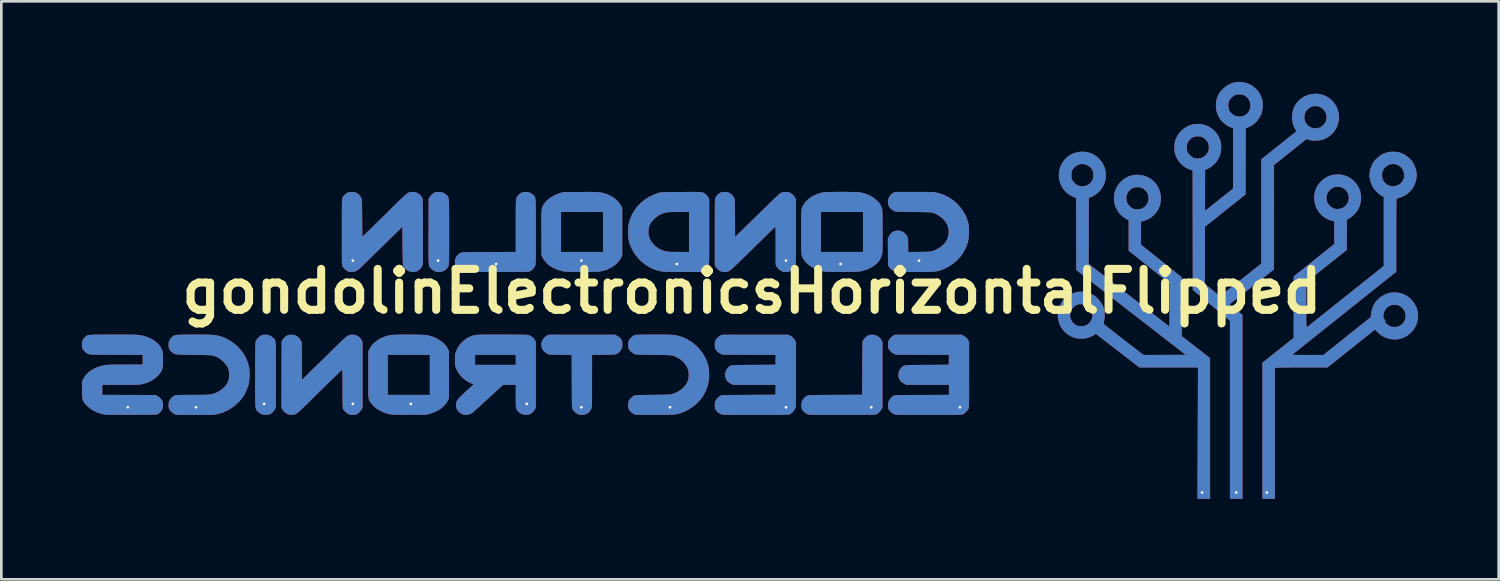
<source format=kicad_pcb>
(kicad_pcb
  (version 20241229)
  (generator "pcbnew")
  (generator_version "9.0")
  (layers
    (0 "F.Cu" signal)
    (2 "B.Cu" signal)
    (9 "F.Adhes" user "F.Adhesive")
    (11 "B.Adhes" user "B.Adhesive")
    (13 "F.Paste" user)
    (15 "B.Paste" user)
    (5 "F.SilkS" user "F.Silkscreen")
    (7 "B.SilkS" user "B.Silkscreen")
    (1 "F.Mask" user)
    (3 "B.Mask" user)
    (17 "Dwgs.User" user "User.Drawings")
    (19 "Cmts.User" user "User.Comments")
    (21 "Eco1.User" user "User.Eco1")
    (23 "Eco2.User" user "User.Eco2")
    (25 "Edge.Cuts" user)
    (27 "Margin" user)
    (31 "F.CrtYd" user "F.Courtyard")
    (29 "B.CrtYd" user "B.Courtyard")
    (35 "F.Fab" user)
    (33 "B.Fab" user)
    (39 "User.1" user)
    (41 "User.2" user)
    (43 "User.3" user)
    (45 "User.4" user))
  (footprint "gondolinElectronicsHorizontalFlipped"
    (layer "F.Cu")
    (at 24.948 7.797)
    (property "Reference" "gondolinElectronicsHorizontalFlipped" (at 0 0 0) (layer "F.SilkS") (effects (font (size 1.524 1.524) (thickness 0.3))))
    (attr through_hole)
    (pad "1" thru_hole custom (at 19.177 7.493) (size 0.25 0.25) (drill 0.1) (layers "*.Cu" "*.Mask") (options (anchor circle)) (primitives (gr_poly (pts (xy 4.844 -12.677) (xy 4.976 -12.647) (xy 5.098 -12.594) (xy 5.213 -12.519) (xy 5.31 -12.434) (xy 5.363 -12.38) (xy 5.402 -12.334) (xy 5.433 -12.29) (xy 5.462 -12.237) (xy 5.478 -12.205) (xy 5.535 -12.063) (xy 5.567 -11.925) (xy 5.573 -11.787) (xy 5.555 -11.649) (xy 5.512 -11.508) (xy 5.478 -11.431) (xy 5.448 -11.372) (xy 5.418 -11.324) (xy 5.384 -11.28) (xy 5.339 -11.231) (xy 5.31 -11.201) (xy 5.253 -11.147) (xy 5.204 -11.106) (xy 5.156 -11.073) (xy 5.1 -11.044) (xy 5.093 -11.04) (xy 5.035 -11.014) (xy 4.977 -10.992) (xy 4.928 -10.976) (xy 4.915 -10.972) (xy 4.873 -10.963) (xy 4.841 -10.956) (xy 4.829 -10.953) (xy 4.827 -10.947) (xy 4.824 -10.931) (xy 4.822 -10.905) (xy 4.82 -10.865) (xy 4.819 -10.812) (xy 4.817 -10.743) (xy 4.816 -10.659) (xy 4.815 -10.557) (xy 4.815 -10.437) (xy 4.814 -10.297) (xy 4.814 -10.135) (xy 4.813 -9.952) (xy 4.813 -9.746) (xy 4.813 -9.586) (xy 4.813 -8.223) (xy 2.887 -6.687) (xy 2.693 -6.532) (xy 2.504 -6.381) (xy 2.321 -6.235) (xy 2.145 -6.094) (xy 1.977 -5.96) (xy 1.818 -5.834) (xy 1.669 -5.715) (xy 1.532 -5.605) (xy 1.406 -5.505) (xy 1.293 -5.415) (xy 1.194 -5.336) (xy 1.11 -5.269) (xy 1.042 -5.215) (xy 0.99 -5.174) (xy 0.956 -5.147) (xy 0.941 -5.135) (xy 0.941 -5.134) (xy 0.941 -5.131) (xy 0.952 -5.128) (xy 0.977 -5.125) (xy 1.017 -5.123) (xy 1.074 -5.121) (xy 1.149 -5.12) (xy 1.244 -5.119) (xy 1.362 -5.119) (xy 1.502 -5.119) (xy 1.511 -5.119) (xy 2.102 -5.118) (xy 2.985 -5.822) (xy 3.867 -6.527) (xy 3.87 -6.55) (xy 4.331 -6.55) (xy 4.333 -6.518) (xy 4.343 -6.492) (xy 4.362 -6.464) (xy 4.372 -6.451) (xy 4.397 -6.414) (xy 4.406 -6.39) (xy 4.403 -6.373) (xy 4.398 -6.353) (xy 4.412 -6.327) (xy 4.421 -6.315) (xy 4.469 -6.266) (xy 4.528 -6.221) (xy 4.587 -6.187) (xy 4.605 -6.179) (xy 4.671 -6.164) (xy 4.749 -6.16) (xy 4.829 -6.167) (xy 4.902 -6.184) (xy 4.911 -6.187) (xy 4.996 -6.232) (xy 5.066 -6.295) (xy 5.12 -6.375) (xy 5.155 -6.466) (xy 5.169 -6.566) (xy 5.169 -6.576) (xy 5.161 -6.67) (xy 5.134 -6.75) (xy 5.087 -6.825) (xy 5.058 -6.859) (xy 4.993 -6.92) (xy 4.928 -6.96) (xy 4.854 -6.983) (xy 4.766 -6.991) (xy 4.75 -6.991) (xy 4.691 -6.99) (xy 4.648 -6.985) (xy 4.611 -6.974) (xy 4.57 -6.956) (xy 4.483 -6.9) (xy 4.415 -6.827) (xy 4.366 -6.74) (xy 4.338 -6.64) (xy 4.334 -6.597) (xy 4.331 -6.55) (xy 3.87 -6.55) (xy 3.876 -6.607) (xy 3.905 -6.77) (xy 3.95 -6.914) (xy 4.011 -7.038) (xy 4.079 -7.131) (xy 4.183 -7.235) (xy 4.303 -7.322) (xy 4.433 -7.387) (xy 4.547 -7.425) (xy 4.627 -7.439) (xy 4.721 -7.445) (xy 4.819 -7.443) (xy 4.912 -7.433) (xy 4.959 -7.424) (xy 5.095 -7.379) (xy 5.219 -7.313) (xy 5.33 -7.229) (xy 5.427 -7.127) (xy 5.506 -7.012) (xy 5.567 -6.886) (xy 5.607 -6.75) (xy 5.625 -6.607) (xy 5.626 -6.57) (xy 5.613 -6.429) (xy 5.577 -6.293) (xy 5.52 -6.165) (xy 5.443 -6.047) (xy 5.348 -5.943) (xy 5.238 -5.854) (xy 5.114 -5.783) (xy 5.023 -5.746) (xy 4.886 -5.713) (xy 4.745 -5.704) (xy 4.605 -5.718) (xy 4.468 -5.753) (xy 4.338 -5.809) (xy 4.218 -5.886) (xy 4.111 -5.981) (xy 4.092 -6.003) (xy 4.028 -6.075) (xy 3.986 -6.043) (xy 3.97 -6.03) (xy 3.935 -6.002) (xy 3.884 -5.962) (xy 3.817 -5.909) (xy 3.737 -5.845) (xy 3.645 -5.771) (xy 3.542 -5.689) (xy 3.429 -5.599) (xy 3.31 -5.504) (xy 3.184 -5.404) (xy 3.099 -5.335) (xy 2.254 -4.661) (xy 1.304 -4.661) (xy 1.125 -4.661) (xy 0.969 -4.661) (xy 0.835 -4.66) (xy 0.722 -4.66) (xy 0.627 -4.659) (xy 0.548 -4.658) (xy 0.485 -4.657) (xy 0.435 -4.656) (xy 0.397 -4.654) (xy 0.369 -4.651) (xy 0.348 -4.649) (xy 0.335 -4.645) (xy 0.326 -4.642) (xy 0.323 -4.64) (xy 0.292 -4.62) (xy 0.292 0.229) (xy -0.165 0.229) (xy -0.164 -4.832) (xy 1.002 -5.759) (xy 1.003 -8.047) (xy 2.514 -9.252) (xy 2.514 -10.103) (xy 2.422 -10.125) (xy 2.286 -10.17) (xy 2.162 -10.236) (xy 2.051 -10.321) (xy 1.956 -10.422) (xy 1.878 -10.538) (xy 1.819 -10.665) (xy 1.78 -10.802) (xy 1.765 -10.946) (xy 1.765 -10.966) (xy 1.765 -10.969) (xy 2.217 -10.969) (xy 2.217 -10.967) (xy 2.22 -10.898) (xy 2.23 -10.845) (xy 2.244 -10.805) (xy 2.293 -10.725) (xy 2.36 -10.654) (xy 2.439 -10.598) (xy 2.515 -10.566) (xy 2.57 -10.556) (xy 2.639 -10.555) (xy 2.71 -10.561) (xy 2.772 -10.575) (xy 2.786 -10.58) (xy 2.871 -10.624) (xy 2.943 -10.687) (xy 2.999 -10.764) (xy 3.037 -10.851) (xy 3.054 -10.944) (xy 3.049 -11.039) (xy 3.047 -11.046) (xy 3.016 -11.147) (xy 2.965 -11.231) (xy 2.895 -11.3) (xy 2.83 -11.342) (xy 2.789 -11.363) (xy 2.755 -11.376) (xy 2.721 -11.383) (xy 2.676 -11.385) (xy 2.635 -11.386) (xy 2.573 -11.384) (xy 2.528 -11.379) (xy 2.491 -11.369) (xy 2.463 -11.357) (xy 2.374 -11.301) (xy 2.304 -11.229) (xy 2.258 -11.153) (xy 2.236 -11.106) (xy 2.223 -11.066) (xy 2.218 -11.025) (xy 2.217 -10.969) (xy 1.765 -10.969) (xy 1.774 -11.113) (xy 1.804 -11.245) (xy 1.855 -11.367) (xy 1.929 -11.481) (xy 2.019 -11.583) (xy 2.135 -11.682) (xy 2.26 -11.758) (xy 2.392 -11.811) (xy 2.531 -11.838) (xy 2.677 -11.842) (xy 2.737 -11.836) (xy 2.875 -11.809) (xy 3 -11.764) (xy 3.115 -11.697) (xy 3.225 -11.608) (xy 3.253 -11.581) (xy 3.347 -11.47) (xy 3.419 -11.348) (xy 3.47 -11.217) (xy 3.498 -11.079) (xy 3.504 -10.938) (xy 3.486 -10.795) (xy 3.445 -10.654) (xy 3.407 -10.566) (xy 3.365 -10.496) (xy 3.307 -10.422) (xy 3.24 -10.349) (xy 3.168 -10.284) (xy 3.099 -10.231) (xy 3.052 -10.204) (xy 2.973 -10.166) (xy 2.971 -9.036) (xy 1.46 -7.834) (xy 1.46 -6.983) (xy 1.461 -6.812) (xy 1.461 -6.665) (xy 1.461 -6.539) (xy 1.462 -6.435) (xy 1.463 -6.349) (xy 1.464 -6.281) (xy 1.466 -6.228) (xy 1.467 -6.19) (xy 1.47 -6.164) (xy 1.472 -6.149) (xy 1.476 -6.143) (xy 1.477 -6.143) (xy 1.489 -6.152) (xy 1.52 -6.176) (xy 1.568 -6.214) (xy 1.632 -6.265) (xy 1.712 -6.329) (xy 1.806 -6.403) (xy 1.914 -6.489) (xy 2.033 -6.584) (xy 2.163 -6.687) (xy 2.303 -6.799) (xy 2.451 -6.917) (xy 2.607 -7.041) (xy 2.769 -7.171) (xy 2.925 -7.295) (xy 4.356 -8.437) (xy 4.356 -11.009) (xy 4.27 -11.056) (xy 4.21 -11.096) (xy 4.142 -11.151) (xy 4.081 -11.208) (xy 4.028 -11.264) (xy 3.988 -11.312) (xy 3.956 -11.362) (xy 3.924 -11.422) (xy 3.92 -11.432) (xy 3.863 -11.573) (xy 3.831 -11.713) (xy 3.826 -11.817) (xy 4.28 -11.817) (xy 4.291 -11.717) (xy 4.324 -11.627) (xy 4.374 -11.549) (xy 4.439 -11.486) (xy 4.517 -11.438) (xy 4.603 -11.408) (xy 4.696 -11.398) (xy 4.791 -11.409) (xy 4.886 -11.443) (xy 4.97 -11.497) (xy 5.036 -11.565) (xy 5.082 -11.642) (xy 5.11 -11.727) (xy 5.119 -11.816) (xy 5.11 -11.904) (xy 5.082 -11.989) (xy 5.035 -12.068) (xy 4.97 -12.136) (xy 4.885 -12.192) (xy 4.88 -12.195) (xy 4.83 -12.217) (xy 4.788 -12.23) (xy 4.742 -12.235) (xy 4.699 -12.236) (xy 4.643 -12.234) (xy 4.599 -12.227) (xy 4.556 -12.212) (xy 4.518 -12.195) (xy 4.429 -12.138) (xy 4.36 -12.066) (xy 4.311 -11.981) (xy 4.285 -11.884) (xy 4.28 -11.817) (xy 3.826 -11.817) (xy 3.825 -11.851) (xy 3.843 -11.989) (xy 3.887 -12.129) (xy 3.92 -12.205) (xy 3.95 -12.264) (xy 3.98 -12.312) (xy 4.014 -12.356) (xy 4.059 -12.405) (xy 4.088 -12.434) (xy 4.2 -12.53) (xy 4.317 -12.603) (xy 4.443 -12.653) (xy 4.579 -12.68) (xy 4.7 -12.687) (xy 4.844 -12.677)) (width 0.01) (fill yes))))
    (pad "2" thru_hole custom (at 18.034 7.493) (size 0.25 0.25) (drill 0.1) (layers "*.Cu" "*.Mask") (options (anchor circle)) (primitives (gr_poly (pts (xy 0.304 -15.264) (xy 0.408 -15.235) (xy 0.509 -15.193) (xy 0.599 -15.141) (xy 0.685 -15.073) (xy 0.738 -15.024) (xy 0.791 -14.967) (xy 0.832 -14.916) (xy 0.867 -14.859) (xy 0.894 -14.808) (xy 0.942 -14.696) (xy 0.973 -14.59) (xy 0.987 -14.482) (xy 0.987 -14.37) (xy 0.968 -14.225) (xy 0.926 -14.088) (xy 0.862 -13.96) (xy 0.78 -13.845) (xy 0.68 -13.745) (xy 0.565 -13.662) (xy 0.435 -13.599) (xy 0.428 -13.596) (xy 0.349 -13.566) (xy 0.346 -12.334) (xy 0.343 -11.102) (xy -0.412 -10.501) (xy -1.167 -9.9) (xy -1.168 -7.766) (xy -0.888 -7.534) (xy -0.608 -7.302) (xy -0.492 -7.395) (xy -0.461 -7.419) (xy -0.413 -7.457) (xy -0.348 -7.508) (xy -0.27 -7.57) (xy -0.181 -7.64) (xy -0.081 -7.719) (xy 0.026 -7.803) (xy 0.138 -7.892) (xy 0.254 -7.983) (xy 0.283 -8.005) (xy 0.94 -8.523) (xy 0.94 -12.406) (xy 2.249 -13.452) (xy 2.222 -13.492) (xy 2.154 -13.616) (xy 2.109 -13.751) (xy 2.086 -13.898) (xy 2.083 -13.976) (xy 2.534 -13.976) (xy 2.536 -13.917) (xy 2.542 -13.872) (xy 2.555 -13.83) (xy 2.567 -13.803) (xy 2.62 -13.717) (xy 2.689 -13.648) (xy 2.77 -13.596) (xy 2.86 -13.565) (xy 2.954 -13.554) (xy 3.049 -13.566) (xy 3.132 -13.596) (xy 3.197 -13.637) (xy 3.258 -13.694) (xy 3.31 -13.759) (xy 3.345 -13.825) (xy 3.348 -13.833) (xy 3.37 -13.934) (xy 3.367 -14.034) (xy 3.342 -14.13) (xy 3.293 -14.218) (xy 3.262 -14.255) (xy 3.184 -14.323) (xy 3.097 -14.369) (xy 3.005 -14.393) (xy 2.91 -14.395) (xy 2.816 -14.374) (xy 2.728 -14.331) (xy 2.653 -14.271) (xy 2.592 -14.196) (xy 2.554 -14.113) (xy 2.536 -14.018) (xy 2.534 -13.976) (xy 2.083 -13.976) (xy 2.091 -14.113) (xy 2.118 -14.236) (xy 2.164 -14.352) (xy 2.23 -14.468) (xy 2.318 -14.578) (xy 2.422 -14.67) (xy 2.539 -14.744) (xy 2.665 -14.798) (xy 2.799 -14.832) (xy 2.937 -14.846) (xy 3.075 -14.838) (xy 3.212 -14.807) (xy 3.334 -14.758) (xy 3.463 -14.681) (xy 3.572 -14.588) (xy 3.664 -14.477) (xy 3.735 -14.356) (xy 3.786 -14.223) (xy 3.815 -14.086) (xy 3.821 -13.949) (xy 3.806 -13.812) (xy 3.771 -13.681) (xy 3.716 -13.556) (xy 3.643 -13.442) (xy 3.552 -13.34) (xy 3.445 -13.254) (xy 3.361 -13.206) (xy 3.284 -13.169) (xy 3.217 -13.143) (xy 3.152 -13.126) (xy 3.081 -13.116) (xy 2.993 -13.111) (xy 2.985 -13.11) (xy 2.914 -13.108) (xy 2.861 -13.109) (xy 2.818 -13.112) (xy 2.777 -13.12) (xy 2.731 -13.132) (xy 2.72 -13.135) (xy 2.615 -13.166) (xy 2.009 -12.682) (xy 1.403 -12.197) (xy 1.4 -10.252) (xy 1.397 -8.307) (xy 0.572 -7.657) (xy -0.253 -7.008) (xy 0.227 -6.61) (xy 0.229 0.229) (xy -0.229 0.229) (xy -0.229 -6.399) (xy -1.613 -7.549) (xy -1.619 -11.992) (xy -1.716 -12.026) (xy -1.854 -12.087) (xy -1.976 -12.169) (xy -2.082 -12.269) (xy -2.169 -12.386) (xy -2.238 -12.518) (xy -2.239 -12.522) (xy -2.269 -12.604) (xy -2.288 -12.681) (xy -2.298 -12.762) (xy -2.301 -12.853) (xy -2.3 -12.874) (xy -1.849 -12.874) (xy -1.847 -12.789) (xy -1.831 -12.712) (xy -1.82 -12.685) (xy -1.771 -12.604) (xy -1.703 -12.533) (xy -1.624 -12.477) (xy -1.549 -12.445) (xy -1.494 -12.436) (xy -1.425 -12.434) (xy -1.354 -12.441) (xy -1.292 -12.455) (xy -1.278 -12.459) (xy -1.192 -12.504) (xy -1.121 -12.567) (xy -1.066 -12.643) (xy -1.03 -12.73) (xy -1.014 -12.823) (xy -1.018 -12.92) (xy -1.045 -13.015) (xy -1.056 -13.04) (xy -1.105 -13.116) (xy -1.175 -13.183) (xy -1.247 -13.23) (xy -1.284 -13.247) (xy -1.317 -13.258) (xy -1.356 -13.263) (xy -1.409 -13.265) (xy -1.429 -13.265) (xy -1.488 -13.264) (xy -1.53 -13.26) (xy -1.565 -13.251) (xy -1.602 -13.235) (xy -1.615 -13.229) (xy -1.701 -13.173) (xy -1.769 -13.101) (xy -1.812 -13.03) (xy -1.837 -12.958) (xy -1.849 -12.874) (xy -2.3 -12.874) (xy -2.291 -12.999) (xy -2.258 -13.133) (xy -2.202 -13.258) (xy -2.123 -13.375) (xy -2.045 -13.462) (xy -1.929 -13.562) (xy -1.803 -13.638) (xy -1.67 -13.69) (xy -1.531 -13.718) (xy -1.386 -13.722) (xy -1.237 -13.701) (xy -1.156 -13.679) (xy -1.034 -13.628) (xy -0.917 -13.553) (xy -0.812 -13.461) (xy -0.758 -13.405) (xy -0.717 -13.353) (xy -0.681 -13.295) (xy -0.656 -13.246) (xy -0.607 -13.134) (xy -0.577 -13.029) (xy -0.563 -12.922) (xy -0.563 -12.808) (xy -0.581 -12.661) (xy -0.62 -12.527) (xy -0.681 -12.404) (xy -0.765 -12.29) (xy -0.796 -12.255) (xy -0.883 -12.174) (xy -0.978 -12.105) (xy -1.075 -12.052) (xy -1.102 -12.041) (xy -1.162 -12.017) (xy -1.165 -11.245) (xy -1.166 -11.086) (xy -1.166 -10.95) (xy -1.167 -10.837) (xy -1.167 -10.743) (xy -1.166 -10.667) (xy -1.165 -10.607) (xy -1.164 -10.562) (xy -1.163 -10.53) (xy -1.16 -10.508) (xy -1.158 -10.495) (xy -1.154 -10.49) (xy -1.15 -10.49) (xy -1.146 -10.493) (xy -1.132 -10.504) (xy -1.1 -10.53) (xy -1.052 -10.568) (xy -0.99 -10.618) (xy -0.917 -10.677) (xy -0.833 -10.743) (xy -0.741 -10.817) (xy -0.643 -10.894) (xy -0.619 -10.914) (xy -0.114 -11.315) (xy -0.114 -13.572) (xy -0.181 -13.593) (xy -0.278 -13.634) (xy -0.376 -13.694) (xy -0.47 -13.77) (xy -0.554 -13.855) (xy -0.612 -13.932) (xy -0.681 -14.059) (xy -0.727 -14.192) (xy -0.749 -14.335) (xy -0.752 -14.422) (xy -0.752 -14.437) (xy -0.3 -14.437) (xy -0.297 -14.355) (xy -0.282 -14.28) (xy -0.269 -14.243) (xy -0.22 -14.163) (xy -0.151 -14.093) (xy -0.07 -14.038) (xy -0.057 -14.032) (xy 0.032 -14.003) (xy 0.129 -13.994) (xy 0.226 -14.007) (xy 0.271 -14.021) (xy 0.358 -14.066) (xy 0.428 -14.126) (xy 0.48 -14.198) (xy 0.515 -14.279) (xy 0.533 -14.365) (xy 0.533 -14.453) (xy 0.516 -14.54) (xy 0.481 -14.622) (xy 0.428 -14.695) (xy 0.357 -14.758) (xy 0.294 -14.794) (xy 0.251 -14.811) (xy 0.211 -14.822) (xy 0.164 -14.826) (xy 0.114 -14.827) (xy 0.056 -14.826) (xy 0.014 -14.821) (xy -0.022 -14.811) (xy -0.062 -14.792) (xy -0.067 -14.79) (xy -0.147 -14.737) (xy -0.216 -14.668) (xy -0.267 -14.59) (xy -0.271 -14.582) (xy -0.291 -14.516) (xy -0.3 -14.437) (xy -0.752 -14.437) (xy -0.746 -14.534) (xy -0.725 -14.637) (xy -0.689 -14.741) (xy -0.658 -14.808) (xy -0.628 -14.865) (xy -0.595 -14.914) (xy -0.555 -14.964) (xy -0.5 -15.021) (xy -0.497 -15.024) (xy -0.381 -15.123) (xy -0.256 -15.199) (xy -0.123 -15.252) (xy 0.016 -15.28) (xy 0.159 -15.285) (xy 0.304 -15.264)) (width 0.01) (fill yes))))
    (pad "3" thru_hole custom (at 16.764 7.493) (size 0.25 0.25) (drill 0.1) (layers "*.Cu" "*.Mask") (options (anchor circle)) (primitives (gr_poly (pts (xy -4.34 -12.681) (xy -4.234 -12.661) (xy -4.129 -12.625) (xy -4.064 -12.595) (xy -3.958 -12.531) (xy -3.858 -12.447) (xy -3.77 -12.35) (xy -3.7 -12.244) (xy -3.686 -12.217) (xy -3.64 -12.114) (xy -3.61 -12.018) (xy -3.594 -11.92) (xy -3.59 -11.817) (xy -3.595 -11.705) (xy -3.613 -11.605) (xy -3.645 -11.507) (xy -3.685 -11.42) (xy -3.754 -11.307) (xy -3.842 -11.204) (xy -3.944 -11.115) (xy -4.055 -11.044) (xy -4.144 -11.004) (xy -4.223 -10.976) (xy -4.226 -9.743) (xy -4.229 -8.511) (xy -2.733 -7.35) (xy -2.561 -7.217) (xy -2.395 -7.088) (xy -2.235 -6.964) (xy -2.083 -6.846) (xy -1.939 -6.734) (xy -1.805 -6.631) (xy -1.682 -6.536) (xy -1.571 -6.45) (xy -1.474 -6.374) (xy -1.39 -6.31) (xy -1.323 -6.257) (xy -1.271 -6.218) (xy -1.237 -6.192) (xy -1.223 -6.181) (xy -1.222 -6.18) (xy -1.219 -6.183) (xy -1.216 -6.198) (xy -1.214 -6.226) (xy -1.212 -6.269) (xy -1.21 -6.328) (xy -1.209 -6.404) (xy -1.208 -6.5) (xy -1.207 -6.616) (xy -1.207 -6.754) (xy -1.207 -6.915) (xy -1.207 -6.981) (xy -1.207 -7.791) (xy -1.969 -8.399) (xy -2.731 -9.006) (xy -2.731 -9.573) (xy -2.731 -10.141) (xy -2.813 -10.185) (xy -2.937 -10.264) (xy -3.045 -10.362) (xy -3.135 -10.476) (xy -3.204 -10.603) (xy -3.252 -10.739) (xy -3.269 -10.834) (xy -3.276 -10.941) (xy -3.275 -10.959) (xy -2.825 -10.959) (xy -2.825 -10.954) (xy -2.821 -10.884) (xy -2.81 -10.829) (xy -2.797 -10.792) (xy -2.75 -10.715) (xy -2.685 -10.645) (xy -2.609 -10.589) (xy -2.584 -10.576) (xy -2.545 -10.559) (xy -2.513 -10.548) (xy -2.478 -10.543) (xy -2.432 -10.543) (xy -2.394 -10.544) (xy -2.327 -10.549) (xy -2.277 -10.557) (xy -2.237 -10.571) (xy -2.224 -10.578) (xy -2.138 -10.636) (xy -2.07 -10.708) (xy -2.022 -10.791) (xy -1.994 -10.881) (xy -1.988 -10.975) (xy -2.003 -11.07) (xy -2.04 -11.162) (xy -2.088 -11.233) (xy -2.123 -11.267) (xy -2.17 -11.303) (xy -2.212 -11.329) (xy -2.253 -11.35) (xy -2.287 -11.363) (xy -2.322 -11.37) (xy -2.367 -11.372) (xy -2.407 -11.372) (xy -2.468 -11.371) (xy -2.513 -11.366) (xy -2.549 -11.357) (xy -2.58 -11.343) (xy -2.668 -11.288) (xy -2.737 -11.218) (xy -2.784 -11.141) (xy -2.806 -11.093) (xy -2.818 -11.055) (xy -2.824 -11.013) (xy -2.825 -10.959) (xy -3.275 -10.959) (xy -3.273 -11.048) (xy -3.261 -11.145) (xy -3.257 -11.163) (xy -3.214 -11.293) (xy -3.149 -11.415) (xy -3.065 -11.527) (xy -2.965 -11.625) (xy -2.852 -11.707) (xy -2.73 -11.769) (xy -2.676 -11.788) (xy -2.529 -11.821) (xy -2.383 -11.829) (xy -2.24 -11.813) (xy -2.101 -11.774) (xy -1.97 -11.712) (xy -1.849 -11.628) (xy -1.814 -11.597) (xy -1.718 -11.492) (xy -1.642 -11.375) (xy -1.587 -11.248) (xy -1.552 -11.115) (xy -1.538 -10.978) (xy -1.545 -10.84) (xy -1.573 -10.705) (xy -1.623 -10.576) (xy -1.694 -10.455) (xy -1.723 -10.418) (xy -1.826 -10.308) (xy -1.94 -10.221) (xy -2.068 -10.154) (xy -2.172 -10.118) (xy -2.28 -10.087) (xy -2.28 -9.227) (xy -1.521 -8.62) (xy -0.762 -8.014) (xy -0.762 -5.821) (xy 0.292 -5.003) (xy 0.292 0.229) (xy -0.167 0.229) (xy -0.158 -2.216) (xy -0.149 -4.661) (xy -1.24 -4.661) (xy -2.332 -4.661) (xy -3.143 -5.287) (xy -3.955 -5.914) (xy -4.03 -5.866) (xy -4.149 -5.803) (xy -4.28 -5.759) (xy -4.417 -5.735) (xy -4.555 -5.731) (xy -4.688 -5.749) (xy -4.745 -5.764) (xy -4.883 -5.819) (xy -5.008 -5.894) (xy -5.116 -5.987) (xy -5.208 -6.096) (xy -5.281 -6.218) (xy -5.333 -6.351) (xy -5.363 -6.493) (xy -5.368 -6.56) (xy -5.368 -6.567) (xy -4.918 -6.567) (xy -4.898 -6.472) (xy -4.858 -6.384) (xy -4.8 -6.308) (xy -4.725 -6.246) (xy -4.656 -6.211) (xy -4.583 -6.192) (xy -4.499 -6.187) (xy -4.414 -6.194) (xy -4.337 -6.214) (xy -4.311 -6.226) (xy -4.244 -6.271) (xy -4.18 -6.333) (xy -4.129 -6.403) (xy -4.111 -6.437) (xy -4.089 -6.508) (xy -4.081 -6.59) (xy -4.087 -6.676) (xy -4.107 -6.755) (xy -4.119 -6.784) (xy -4.167 -6.859) (xy -4.233 -6.927) (xy -4.309 -6.98) (xy -4.328 -6.989) (xy -4.367 -7.004) (xy -4.409 -7.012) (xy -4.463 -7.016) (xy -4.502 -7.017) (xy -4.559 -7.016) (xy -4.6 -7.012) (xy -4.633 -7.004) (xy -4.668 -6.988) (xy -4.697 -6.973) (xy -4.783 -6.913) (xy -4.848 -6.839) (xy -4.893 -6.749) (xy -4.914 -6.665) (xy -4.918 -6.567) (xy -5.368 -6.567) (xy -5.368 -6.678) (xy -5.353 -6.786) (xy -5.322 -6.891) (xy -5.275 -6.997) (xy -5.205 -7.114) (xy -5.115 -7.219) (xy -5.01 -7.309) (xy -4.895 -7.381) (xy -4.775 -7.43) (xy -4.632 -7.465) (xy -4.497 -7.477) (xy -4.365 -7.465) (xy -4.232 -7.431) (xy -4.115 -7.382) (xy -4.057 -7.353) (xy -4.01 -7.325) (xy -3.968 -7.293) (xy -3.921 -7.25) (xy -3.886 -7.215) (xy -3.802 -7.121) (xy -3.738 -7.027) (xy -3.689 -6.925) (xy -3.657 -6.826) (xy -3.633 -6.695) (xy -3.631 -6.554) (xy -3.649 -6.41) (xy -3.677 -6.304) (xy -3.676 -6.297) (xy -3.672 -6.288) (xy -3.661 -6.275) (xy -3.643 -6.257) (xy -3.616 -6.233) (xy -3.579 -6.202) (xy -3.532 -6.163) (xy -3.472 -6.115) (xy -3.398 -6.057) (xy -3.309 -5.988) (xy -3.204 -5.906) (xy -3.081 -5.811) (xy -2.94 -5.702) (xy -2.934 -5.697) (xy -2.183 -5.118) (xy -0.602 -5.124) (xy -2.641 -6.706) (xy -4.68 -8.287) (xy -4.686 -10.968) (xy -4.788 -11.009) (xy -4.919 -11.076) (xy -5.035 -11.162) (xy -5.134 -11.263) (xy -5.214 -11.379) (xy -5.275 -11.507) (xy -5.314 -11.644) (xy -5.331 -11.787) (xy -5.33 -11.817) (xy -4.87 -11.817) (xy -4.87 -11.755) (xy -4.866 -11.71) (xy -4.859 -11.677) (xy -4.847 -11.648) (xy -4.841 -11.636) (xy -4.78 -11.547) (xy -4.703 -11.476) (xy -4.612 -11.425) (xy -4.55 -11.405) (xy -4.484 -11.397) (xy -4.407 -11.402) (xy -4.332 -11.418) (xy -4.287 -11.434) (xy -4.207 -11.481) (xy -4.143 -11.54) (xy -4.09 -11.619) (xy -4.088 -11.623) (xy -4.067 -11.664) (xy -4.054 -11.697) (xy -4.048 -11.732) (xy -4.045 -11.777) (xy -4.045 -11.817) (xy -4.05 -11.901) (xy -4.066 -11.97) (xy -4.096 -12.032) (xy -4.143 -12.096) (xy -4.148 -12.101) (xy -4.201 -12.148) (xy -4.27 -12.19) (xy -4.347 -12.221) (xy -4.422 -12.238) (xy -4.513 -12.236) (xy -4.604 -12.212) (xy -4.689 -12.168) (xy -4.763 -12.107) (xy -4.823 -12.033) (xy -4.836 -12.009) (xy -4.852 -11.976) (xy -4.862 -11.945) (xy -4.868 -11.91) (xy -4.87 -11.861) (xy -4.87 -11.817) (xy -5.33 -11.817) (xy -5.33 -11.862) (xy -5.31 -12.009) (xy -5.268 -12.146) (xy -5.205 -12.272) (xy -5.124 -12.385) (xy -5.027 -12.482) (xy -4.914 -12.563) (xy -4.789 -12.625) (xy -4.653 -12.666) (xy -4.508 -12.686) (xy -4.459 -12.687) (xy -4.34 -12.681)) (width 0.01) (fill yes))))
    (pad "4" thru_hole custom (at 7.747 4.318) (size 0.25 0.25) (drill 0.1) (layers "*.Cu" "*.Mask") (options (anchor circle)) (primitives (gr_poly (pts (xy 0.114 -2.668) (xy 0.198 -2.616) (xy 0.261 -2.558) (xy 0.302 -2.497) (xy 0.337 -2.432) (xy 0.337 -1.213) (xy 0.337 -1.01) (xy 0.336 -0.83) (xy 0.336 -0.673) (xy 0.336 -0.536) (xy 0.336 -0.419) (xy 0.335 -0.319) (xy 0.334 -0.236) (xy 0.333 -0.167) (xy 0.332 -0.11) (xy 0.331 -0.065) (xy 0.329 -0.03) (xy 0.327 -0.003) (xy 0.324 0.017) (xy 0.321 0.032) (xy 0.318 0.043) (xy 0.314 0.053) (xy 0.312 0.057) (xy 0.282 0.104) (xy 0.241 0.154) (xy 0.193 0.201) (xy 0.145 0.239) (xy 0.103 0.262) (xy 0.094 0.265) (xy 0.074 0.268) (xy 0.033 0.27) (xy -0.029 0.272) (xy -0.114 0.274) (xy -0.22 0.276) (xy -0.349 0.277) (xy -0.502 0.278) (xy -0.678 0.278) (xy -0.879 0.279) (xy -1.104 0.279) (xy -1.175 0.279) (xy -1.378 0.279) (xy -1.558 0.279) (xy -1.715 0.279) (xy -1.851 0.278) (xy -1.969 0.278) (xy -2.068 0.278) (xy -2.152 0.277) (xy -2.222 0.276) (xy -2.278 0.275) (xy -2.323 0.273) (xy -2.359 0.271) (xy -2.386 0.269) (xy -2.406 0.266) (xy -2.422 0.263) (xy -2.434 0.26) (xy -2.444 0.256) (xy -2.449 0.254) (xy -2.534 0.204) (xy -2.603 0.14) (xy -2.639 0.091) (xy -2.657 0.056) (xy -2.667 0.024) (xy -2.672 -0.016) (xy -2.673 -0.07) (xy -2.671 -0.13) (xy -2.665 -0.177) (xy -2.65 -0.219) (xy -2.641 -0.241) (xy -2.589 -0.326) (xy -2.522 -0.39) (xy -2.464 -0.424) (xy -2.453 -0.429) (xy -2.441 -0.433) (xy -2.427 -0.437) (xy -2.409 -0.44) (xy -2.384 -0.443) (xy -2.352 -0.445) (xy -2.311 -0.447) (xy -2.258 -0.448) (xy -2.192 -0.45) (xy -2.112 -0.451) (xy -2.015 -0.452) (xy -1.9 -0.452) (xy -1.765 -0.453) (xy -1.608 -0.454) (xy -1.428 -0.454) (xy -1.407 -0.454) (xy -0.406 -0.458) (xy -0.406 -0.838) (xy -1.197 -0.838) (xy -1.988 -0.838) (xy -2.064 -0.874) (xy -2.151 -0.924) (xy -2.215 -0.981) (xy -2.257 -1.048) (xy -2.28 -1.128) (xy -2.286 -1.206) (xy -2.276 -1.302) (xy -2.247 -1.384) (xy -2.197 -1.455) (xy -2.176 -1.476) (xy -2.158 -1.494) (xy -2.141 -1.509) (xy -2.124 -1.523) (xy -2.106 -1.534) (xy -2.083 -1.543) (xy -2.055 -1.55) (xy -2.018 -1.556) (xy -1.972 -1.561) (xy -1.914 -1.565) (xy -1.843 -1.568) (xy -1.755 -1.57) (xy -1.65 -1.571) (xy -1.526 -1.572) (xy -1.38 -1.574) (xy -1.219 -1.575) (xy -0.413 -1.581) (xy -0.406 -1.955) (xy -2.394 -1.962) (xy -2.451 -1.99) (xy -2.54 -2.046) (xy -2.61 -2.116) (xy -2.638 -2.157) (xy -2.656 -2.19) (xy -2.667 -2.221) (xy -2.672 -2.258) (xy -2.673 -2.311) (xy -2.673 -2.324) (xy -2.671 -2.391) (xy -2.664 -2.441) (xy -2.65 -2.479) (xy -2.65 -2.479) (xy -2.609 -2.543) (xy -2.556 -2.603) (xy -2.497 -2.651) (xy -2.467 -2.669) (xy -2.407 -2.699) (xy 0.057 -2.699) (xy 0.114 -2.668)) (width 0.01) (fill yes))))
    (pad "5" thru_hole custom (at 4.445 4.318) (size 0.25 0.25) (drill 0.1) (layers "*.Cu" "*.Mask") (options (anchor circle)) (primitives (gr_poly (pts (xy 0.099 -2.693) (xy 0.164 -2.678) (xy 0.191 -2.667) (xy 0.27 -2.619) (xy 0.331 -2.564) (xy 0.375 -2.5) (xy 0.413 -2.432) (xy 0.413 0.006) (xy 0.375 0.074) (xy 0.337 0.131) (xy 0.288 0.185) (xy 0.236 0.229) (xy 0.186 0.26) (xy 0.167 0.266) (xy 0.145 0.269) (xy 0.099 0.271) (xy 0.028 0.273) (xy -0.068 0.275) (xy -0.187 0.276) (xy -0.329 0.277) (xy -0.494 0.278) (xy -0.681 0.279) (xy -0.89 0.279) (xy -1.099 0.279) (xy -1.302 0.279) (xy -1.481 0.279) (xy -1.639 0.279) (xy -1.775 0.278) (xy -1.892 0.278) (xy -1.992 0.278) (xy -2.076 0.277) (xy -2.145 0.276) (xy -2.202 0.275) (xy -2.247 0.273) (xy -2.282 0.271) (xy -2.31 0.269) (xy -2.33 0.266) (xy -2.346 0.263) (xy -2.358 0.26) (xy -2.368 0.256) (xy -2.373 0.254) (xy -2.458 0.204) (xy -2.527 0.14) (xy -2.562 0.091) (xy -2.58 0.058) (xy -2.59 0.027) (xy -2.596 -0.01) (xy -2.597 -0.063) (xy -2.597 -0.076) (xy -2.596 -0.134) (xy -2.591 -0.177) (xy -2.58 -0.212) (xy -2.563 -0.249) (xy -2.506 -0.334) (xy -2.436 -0.397) (xy -2.388 -0.424) (xy -2.377 -0.429) (xy -2.365 -0.433) (xy -2.35 -0.437) (xy -2.332 -0.44) (xy -2.307 -0.443) (xy -2.274 -0.445) (xy -2.232 -0.447) (xy -2.179 -0.449) (xy -2.112 -0.45) (xy -2.031 -0.452) (xy -1.933 -0.453) (xy -1.816 -0.454) (xy -1.68 -0.455) (xy -1.522 -0.456) (xy -1.34 -0.457) (xy -1.333 -0.457) (xy -0.337 -0.464) (xy -0.324 -2.445) (xy -0.29 -2.503) (xy -0.246 -2.563) (xy -0.191 -2.618) (xy -0.133 -2.661) (xy -0.103 -2.677) (xy -0.045 -2.692) (xy 0.026 -2.697) (xy 0.099 -2.693)) (width 0.01) (fill yes))))
    (pad "6" thru_hole custom (at 1.27 4.318) (size 0.25 0.25) (drill 0.1) (layers "*.Cu" "*.Mask") (options (anchor circle)) (primitives (gr_poly (pts (xy 0.14 -2.668) (xy 0.218 -2.62) (xy 0.277 -2.568) (xy 0.321 -2.505) (xy 0.324 -2.5) (xy 0.362 -2.432) (xy 0.362 0.006) (xy 0.324 0.074) (xy 0.286 0.131) (xy 0.237 0.185) (xy 0.185 0.229) (xy 0.135 0.26) (xy 0.116 0.266) (xy 0.095 0.269) (xy 0.048 0.271) (xy -0.023 0.273) (xy -0.119 0.275) (xy -0.238 0.276) (xy -0.38 0.277) (xy -0.545 0.278) (xy -0.732 0.279) (xy -0.941 0.279) (xy -1.149 0.279) (xy -1.353 0.279) (xy -1.532 0.279) (xy -1.689 0.279) (xy -1.826 0.278) (xy -1.943 0.278) (xy -2.043 0.278) (xy -2.127 0.277) (xy -2.196 0.276) (xy -2.253 0.275) (xy -2.298 0.273) (xy -2.333 0.271) (xy -2.36 0.269) (xy -2.381 0.266) (xy -2.397 0.263) (xy -2.409 0.26) (xy -2.419 0.256) (xy -2.424 0.254) (xy -2.509 0.204) (xy -2.578 0.14) (xy -2.613 0.091) (xy -2.631 0.058) (xy -2.641 0.027) (xy -2.646 -0.01) (xy -2.648 -0.063) (xy -2.648 -0.076) (xy -2.646 -0.134) (xy -2.641 -0.177) (xy -2.631 -0.212) (xy -2.613 -0.249) (xy -2.557 -0.334) (xy -2.487 -0.397) (xy -2.439 -0.424) (xy -2.428 -0.429) (xy -2.416 -0.433) (xy -2.401 -0.437) (xy -2.383 -0.44) (xy -2.358 -0.443) (xy -2.325 -0.445) (xy -2.283 -0.447) (xy -2.229 -0.449) (xy -2.163 -0.45) (xy -2.081 -0.452) (xy -1.983 -0.453) (xy -1.867 -0.454) (xy -1.731 -0.455) (xy -1.572 -0.456) (xy -1.391 -0.457) (xy -1.384 -0.457) (xy -0.387 -0.464) (xy -0.384 -0.651) (xy -0.38 -0.838) (xy -1.171 -0.838) (xy -1.962 -0.838) (xy -2.038 -0.874) (xy -2.125 -0.924) (xy -2.188 -0.979) (xy -2.231 -1.045) (xy -2.254 -1.123) (xy -2.26 -1.206) (xy -2.251 -1.302) (xy -2.221 -1.384) (xy -2.17 -1.456) (xy -2.151 -1.476) (xy -2.132 -1.494) (xy -2.116 -1.509) (xy -2.099 -1.523) (xy -2.08 -1.534) (xy -2.058 -1.543) (xy -2.029 -1.55) (xy -1.993 -1.556) (xy -1.947 -1.561) (xy -1.889 -1.565) (xy -1.817 -1.568) (xy -1.73 -1.57) (xy -1.625 -1.571) (xy -1.501 -1.572) (xy -1.354 -1.574) (xy -1.194 -1.575) (xy -0.387 -1.581) (xy -0.38 -1.955) (xy -2.369 -1.962) (xy -2.427 -1.991) (xy -2.498 -2.034) (xy -2.561 -2.088) (xy -2.609 -2.145) (xy -2.62 -2.164) (xy -2.638 -2.216) (xy -2.648 -2.282) (xy -2.649 -2.354) (xy -2.642 -2.422) (xy -2.626 -2.476) (xy -2.624 -2.479) (xy -2.584 -2.543) (xy -2.531 -2.603) (xy -2.472 -2.651) (xy -2.441 -2.669) (xy -2.381 -2.699) (xy 0.083 -2.699) (xy 0.14 -2.668)) (width 0.01) (fill yes))))
    (pad "7" thru_hole custom (at -3.048 4.318) (size 0.25 0.25) (drill 0.1) (layers "*.Cu" "*.Mask") (options (anchor circle)) (primitives (gr_poly (pts (xy -0.358 -2.704) (xy -0.229 -2.703) (xy -0.118 -2.701) (xy -0.024 -2.697) (xy 0.058 -2.693) (xy 0.128 -2.687) (xy 0.189 -2.68) (xy 0.244 -2.671) (xy 0.294 -2.66) (xy 0.317 -2.654) (xy 0.489 -2.598) (xy 0.656 -2.518) (xy 0.814 -2.418) (xy 0.961 -2.3) (xy 1.092 -2.166) (xy 1.206 -2.019) (xy 1.21 -2.012) (xy 1.297 -1.868) (xy 1.363 -1.726) (xy 1.409 -1.583) (xy 1.439 -1.431) (xy 1.448 -1.35) (xy 1.453 -1.155) (xy 1.434 -0.965) (xy 1.39 -0.78) (xy 1.324 -0.603) (xy 1.236 -0.436) (xy 1.225 -0.419) (xy 1.123 -0.281) (xy 1.002 -0.153) (xy 0.865 -0.037) (xy 0.716 0.065) (xy 0.558 0.15) (xy 0.396 0.215) (xy 0.233 0.259) (xy 0.191 0.266) (xy 0.16 0.269) (xy 0.106 0.272) (xy 0.032 0.274) (xy -0.062 0.276) (xy -0.172 0.277) (xy -0.296 0.278) (xy -0.433 0.279) (xy -0.58 0.279) (xy -0.584 0.279) (xy -0.735 0.279) (xy -0.862 0.279) (xy -0.968 0.278) (xy -1.055 0.278) (xy -1.126 0.277) (xy -1.182 0.275) (xy -1.225 0.274) (xy -1.258 0.271) (xy -1.283 0.268) (xy -1.301 0.265) (xy -1.316 0.26) (xy -1.329 0.255) (xy -1.332 0.254) (xy -1.417 0.204) (xy -1.486 0.14) (xy -1.521 0.091) (xy -1.538 0.059) (xy -1.548 0.029) (xy -1.554 -0.006) (xy -1.556 -0.056) (xy -1.556 -0.083) (xy -1.555 -0.14) (xy -1.551 -0.181) (xy -1.543 -0.212) (xy -1.529 -0.241) (xy -1.522 -0.254) (xy -1.473 -0.321) (xy -1.414 -0.38) (xy -1.353 -0.422) (xy -1.34 -0.428) (xy -1.326 -0.433) (xy -1.31 -0.438) (xy -1.288 -0.441) (xy -1.258 -0.444) (xy -1.219 -0.447) (xy -1.168 -0.449) (xy -1.102 -0.451) (xy -1.02 -0.453) (xy -0.919 -0.455) (xy -0.797 -0.456) (xy -0.653 -0.458) (xy -0.648 -0.458) (xy -0.501 -0.46) (xy -0.377 -0.461) (xy -0.274 -0.463) (xy -0.189 -0.465) (xy -0.121 -0.467) (xy -0.066 -0.47) (xy -0.023 -0.472) (xy 0.011 -0.476) (xy 0.039 -0.48) (xy 0.062 -0.485) (xy 0.076 -0.488) (xy 0.212 -0.537) (xy 0.336 -0.601) (xy 0.446 -0.68) (xy 0.54 -0.771) (xy 0.614 -0.872) (xy 0.667 -0.98) (xy 0.675 -1.003) (xy 0.692 -1.083) (xy 0.7 -1.177) (xy 0.698 -1.273) (xy 0.686 -1.362) (xy 0.68 -1.389) (xy 0.641 -1.491) (xy 0.579 -1.592) (xy 0.5 -1.686) (xy 0.406 -1.77) (xy 0.301 -1.841) (xy 0.248 -1.868) (xy 0.211 -1.885) (xy 0.178 -1.9) (xy 0.147 -1.912) (xy 0.114 -1.921) (xy 0.077 -1.929) (xy 0.034 -1.936) (xy -0.018 -1.941) (xy -0.081 -1.945) (xy -0.157 -1.948) (xy -0.249 -1.95) (xy -0.359 -1.952) (xy -0.491 -1.953) (xy -0.629 -1.955) (xy -0.774 -1.957) (xy -0.895 -1.958) (xy -0.996 -1.96) (xy -1.078 -1.961) (xy -1.144 -1.963) (xy -1.195 -1.965) (xy -1.235 -1.967) (xy -1.265 -1.97) (xy -1.287 -1.974) (xy -1.304 -1.978) (xy -1.318 -1.983) (xy -1.332 -1.989) (xy -1.334 -1.991) (xy -1.406 -2.034) (xy -1.469 -2.088) (xy -1.517 -2.145) (xy -1.527 -2.164) (xy -1.546 -2.216) (xy -1.555 -2.282) (xy -1.557 -2.354) (xy -1.55 -2.422) (xy -1.534 -2.476) (xy -1.532 -2.479) (xy -1.492 -2.543) (xy -1.438 -2.603) (xy -1.38 -2.651) (xy -1.349 -2.669) (xy -1.335 -2.676) (xy -1.321 -2.682) (xy -1.305 -2.686) (xy -1.284 -2.69) (xy -1.257 -2.693) (xy -1.22 -2.696) (xy -1.172 -2.697) (xy -1.11 -2.699) (xy -1.032 -2.7) (xy -0.936 -2.701) (xy -0.819 -2.702) (xy -0.679 -2.703) (xy -0.507 -2.704) (xy -0.358 -2.704)) (width 0.01) (fill yes))))
    (pad "8" thru_hole custom (at -6.35 4.318) (size 0.25 0.25) (drill 0.1) (layers "*.Cu" "*.Mask") (options (anchor circle)) (primitives (gr_poly (pts (xy 1.302 -2.671) (xy 1.387 -2.619) (xy 1.45 -2.563) (xy 1.492 -2.501) (xy 1.516 -2.429) (xy 1.524 -2.344) (xy 1.524 -2.334) (xy 1.522 -2.275) (xy 1.515 -2.231) (xy 1.502 -2.192) (xy 1.492 -2.172) (xy 1.44 -2.093) (xy 1.374 -2.028) (xy 1.309 -1.989) (xy 1.292 -1.982) (xy 1.274 -1.976) (xy 1.252 -1.971) (xy 1.224 -1.968) (xy 1.186 -1.965) (xy 1.135 -1.963) (xy 1.069 -1.961) (xy 0.985 -1.96) (xy 0.879 -1.959) (xy 0.822 -1.958) (xy 0.394 -1.954) (xy 0.393 -0.98) (xy 0.393 -0.8) (xy 0.393 -0.643) (xy 0.393 -0.508) (xy 0.393 -0.393) (xy 0.392 -0.297) (xy 0.391 -0.216) (xy 0.39 -0.151) (xy 0.389 -0.099) (xy 0.387 -0.058) (xy 0.385 -0.026) (xy 0.382 -0.002) (xy 0.379 0.016) (xy 0.375 0.03) (xy 0.371 0.042) (xy 0.368 0.05) (xy 0.319 0.132) (xy 0.258 0.199) (xy 0.188 0.246) (xy 0.111 0.273) (xy 0.025 0.282) (xy -0.061 0.273) (xy -0.134 0.248) (xy -0.209 0.2) (xy -0.275 0.137) (xy -0.322 0.071) (xy -0.327 0.061) (xy -0.331 0.051) (xy -0.335 0.038) (xy -0.338 0.022) (xy -0.341 -0.000309) (xy -0.343 -0.03) (xy -0.345 -0.069) (xy -0.347 -0.118) (xy -0.348 -0.181) (xy -0.349 -0.258) (xy -0.35 -0.351) (xy -0.351 -0.462) (xy -0.351 -0.593) (xy -0.352 -0.745) (xy -0.353 -0.92) (xy -0.353 -0.968) (xy -0.356 -1.954) (xy -0.778 -1.958) (xy -0.893 -1.959) (xy -0.986 -1.96) (xy -1.059 -1.962) (xy -1.115 -1.964) (xy -1.157 -1.966) (xy -1.189 -1.969) (xy -1.213 -1.973) (xy -1.231 -1.979) (xy -1.248 -1.986) (xy -1.258 -1.991) (xy -1.329 -2.034) (xy -1.391 -2.087) (xy -1.438 -2.143) (xy -1.45 -2.164) (xy -1.473 -2.229) (xy -1.483 -2.306) (xy -1.481 -2.384) (xy -1.468 -2.447) (xy -1.438 -2.509) (xy -1.391 -2.572) (xy -1.334 -2.628) (xy -1.276 -2.668) (xy -1.273 -2.669) (xy -1.213 -2.699) (xy 1.251 -2.699) (xy 1.302 -2.671)) (width 0.01) (fill yes))))
    (pad "9" thru_hole custom (at -8.382 4.191) (size 0.25 0.25) (drill 0.1) (layers "*.Cu" "*.Mask") (options (anchor circle)) (primitives (gr_poly (pts (xy -1.082 -2.576) (xy -0.881 -2.576) (xy -0.845 -2.576) (xy -0.672 -2.575) (xy -0.522 -2.574) (xy -0.394 -2.573) (xy -0.287 -2.573) (xy -0.197 -2.572) (xy -0.123 -2.571) (xy -0.064 -2.569) (xy -0.017 -2.567) (xy 0.019 -2.565) (xy 0.046 -2.563) (xy 0.066 -2.56) (xy 0.081 -2.556) (xy 0.093 -2.552) (xy 0.103 -2.547) (xy 0.108 -2.544) (xy 0.186 -2.497) (xy 0.243 -2.449) (xy 0.284 -2.397) (xy 0.297 -2.374) (xy 0.33 -2.306) (xy 0.33 -1.08) (xy 0.33 0.146) (xy 0.293 0.211) (xy 0.25 0.272) (xy 0.197 0.326) (xy 0.14 0.369) (xy 0.091 0.391) (xy -0.001 0.407) (xy -0.093 0.401) (xy -0.182 0.376) (xy -0.261 0.332) (xy -0.327 0.273) (xy -0.375 0.199) (xy -0.377 0.197) (xy -0.385 0.179) (xy -0.391 0.162) (xy -0.396 0.142) (xy -0.4 0.116) (xy -0.403 0.083) (xy -0.404 0.038) (xy -0.405 -0.021) (xy -0.406 -0.097) (xy -0.406 -0.194) (xy -0.406 -0.289) (xy -0.406 -0.711) (xy -0.887 -0.711) (xy -1.291 -0.341) (xy -1.384 -0.256) (xy -1.478 -0.169) (xy -1.57 -0.085) (xy -1.656 -0.006) (xy -1.734 0.065) (xy -1.8 0.126) (xy -1.851 0.173) (xy -1.862 0.183) (xy -1.939 0.252) (xy -2.002 0.305) (xy -2.055 0.345) (xy -2.102 0.372) (xy -2.147 0.389) (xy -2.194 0.399) (xy -2.246 0.404) (xy -2.248 0.404) (xy -2.301 0.405) (xy -2.339 0.401) (xy -2.375 0.39) (xy -2.419 0.37) (xy -2.422 0.369) (xy -2.506 0.314) (xy -2.57 0.246) (xy -2.612 0.166) (xy -2.631 0.076) (xy -2.632 0.045) (xy -2.631 0.004) (xy -2.625 -0.034) (xy -2.614 -0.071) (xy -2.596 -0.109) (xy -2.57 -0.151) (xy -2.533 -0.197) (xy -2.485 -0.25) (xy -2.424 -0.312) (xy -2.348 -0.384) (xy -2.257 -0.469) (xy -2.147 -0.568) (xy -2.128 -0.585) (xy -2.075 -0.633) (xy -2.031 -0.674) (xy -1.997 -0.706) (xy -1.976 -0.726) (xy -1.972 -0.731) (xy -1.984 -0.737) (xy -2.014 -0.748) (xy -2.049 -0.76) (xy -2.177 -0.818) (xy -2.298 -0.897) (xy -2.408 -0.994) (xy -2.505 -1.106) (xy -2.585 -1.228) (xy -2.643 -1.357) (xy -2.644 -1.359) (xy -2.655 -1.394) (xy -2.663 -1.428) (xy -2.668 -1.467) (xy -2.671 -1.515) (xy -2.672 -1.579) (xy -2.672 -1.638) (xy -2.672 -1.716) (xy -2.67 -1.774) (xy -2.667 -1.818) (xy -2.665 -1.829) (xy -1.93 -1.829) (xy -1.93 -1.448) (xy -0.406 -1.448) (xy -0.406 -1.829) (xy -1.93 -1.829) (xy -2.665 -1.829) (xy -2.661 -1.854) (xy -2.652 -1.888) (xy -2.64 -1.926) (xy -2.639 -1.926) (xy -2.576 -2.071) (xy -2.495 -2.198) (xy -2.394 -2.309) (xy -2.273 -2.407) (xy -2.253 -2.42) (xy -2.143 -2.485) (xy -2.034 -2.53) (xy -1.918 -2.558) (xy -1.864 -2.566) (xy -1.823 -2.569) (xy -1.758 -2.572) (xy -1.668 -2.574) (xy -1.555 -2.575) (xy -1.42 -2.576) (xy -1.262 -2.576) (xy -1.082 -2.576)) (width 0.01) (fill yes))))
    (pad "10" thru_hole custom (at -12.7 4.191) (size 0.25 0.25) (drill 0.1) (layers "*.Cu" "*.Mask") (options (anchor circle)) (primitives (gr_poly (pts (xy -0.011 -2.575) (xy 0.024 -2.575) (xy 0.16 -2.573) (xy 0.274 -2.571) (xy 0.369 -2.569) (xy 0.447 -2.566) (xy 0.513 -2.562) (xy 0.569 -2.556) (xy 0.618 -2.549) (xy 0.663 -2.54) (xy 0.708 -2.528) (xy 0.756 -2.514) (xy 0.809 -2.497) (xy 0.819 -2.494) (xy 0.936 -2.447) (xy 1.049 -2.384) (xy 1.154 -2.309) (xy 1.246 -2.226) (xy 1.32 -2.139) (xy 1.368 -2.06) (xy 1.416 -1.963) (xy 1.416 -0.21) (xy 1.382 -0.136) (xy 1.316 -0.025) (xy 1.228 0.078) (xy 1.119 0.17) (xy 0.993 0.25) (xy 0.851 0.316) (xy 0.704 0.365) (xy 0.578 0.399) (xy -0.038 0.402) (xy -0.188 0.402) (xy -0.315 0.403) (xy -0.421 0.402) (xy -0.508 0.401) (xy -0.58 0.4) (xy -0.637 0.398) (xy -0.684 0.395) (xy -0.721 0.392) (xy -0.751 0.387) (xy -0.756 0.386) (xy -0.868 0.362) (xy -0.971 0.329) (xy -1.076 0.285) (xy -1.149 0.249) (xy -1.276 0.173) (xy -1.383 0.083) (xy -1.473 -0.023) (xy -1.479 -0.031) (xy -1.499 -0.058) (xy -1.516 -0.081) (xy -1.53 -0.102) (xy -1.542 -0.125) (xy -1.552 -0.149) (xy -1.56 -0.178) (xy -1.567 -0.214) (xy -1.572 -0.257) (xy -1.575 -0.311) (xy -1.578 -0.377) (xy -1.58 -0.457) (xy -1.581 -0.554) (xy -1.581 -0.669) (xy -1.581 -0.803) (xy -1.581 -0.96) (xy -1.581 -1.086) (xy -1.581 -1.829) (xy -0.864 -1.829) (xy -0.864 -0.33) (xy 0.711 -0.33) (xy 0.711 -1.829) (xy -0.864 -1.829) (xy -1.581 -1.829) (xy -1.581 -1.949) (xy -1.531 -2.051) (xy -1.464 -2.157) (xy -1.376 -2.256) (xy -1.269 -2.345) (xy -1.146 -2.423) (xy -1.01 -2.486) (xy -0.888 -2.527) (xy -0.835 -2.54) (xy -0.776 -2.551) (xy -0.709 -2.56) (xy -0.633 -2.566) (xy -0.543 -2.571) (xy -0.439 -2.575) (xy -0.317 -2.576) (xy -0.175 -2.576) (xy -0.011 -2.575)) (width 0.01) (fill yes))))
    (pad "11" thru_hole custom (at -14.859 4.191) (size 0.25 0.25) (drill 0.1) (layers "*.Cu" "*.Mask") (options (anchor circle)) (primitives (gr_poly (pts (xy -2.228 -2.567) (xy -2.163 -2.554) (xy -2.133 -2.543) (xy -2.049 -2.491) (xy -1.985 -2.427) (xy -1.947 -2.365) (xy -1.911 -2.292) (xy -1.899 -0.889) (xy -1.518 -1.26) (xy -1.423 -1.352) (xy -1.315 -1.457) (xy -1.198 -1.572) (xy -1.076 -1.692) (xy -0.954 -1.811) (xy -0.835 -1.927) (xy -0.725 -2.035) (xy -0.694 -2.066) (xy -0.585 -2.174) (xy -0.491 -2.265) (xy -0.412 -2.341) (xy -0.346 -2.403) (xy -0.29 -2.453) (xy -0.243 -2.491) (xy -0.204 -2.52) (xy -0.169 -2.541) (xy -0.137 -2.555) (xy -0.107 -2.564) (xy -0.076 -2.568) (xy -0.044 -2.57) (xy -0.014 -2.57) (xy 0.049 -2.567) (xy 0.096 -2.559) (xy 0.133 -2.543) (xy 0.214 -2.495) (xy 0.274 -2.444) (xy 0.316 -2.386) (xy 0.322 -2.374) (xy 0.356 -2.306) (xy 0.356 0.135) (xy 0.323 0.2) (xy 0.286 0.258) (xy 0.237 0.312) (xy 0.182 0.358) (xy 0.129 0.387) (xy 0.117 0.391) (xy 0.077 0.399) (xy 0.025 0.405) (xy -0.019 0.406) (xy -0.074 0.404) (xy -0.117 0.395) (xy -0.163 0.375) (xy -0.18 0.366) (xy -0.25 0.32) (xy -0.308 0.265) (xy -0.35 0.205) (xy -0.366 0.168) (xy -0.37 0.146) (xy -0.373 0.108) (xy -0.375 0.052) (xy -0.377 -0.024) (xy -0.379 -0.12) (xy -0.38 -0.238) (xy -0.381 -0.379) (xy -0.381 -0.544) (xy -0.381 -0.584) (xy -0.381 -0.747) (xy -0.382 -0.891) (xy -0.383 -1.013) (xy -0.384 -1.113) (xy -0.386 -1.19) (xy -0.389 -1.244) (xy -0.391 -1.274) (xy -0.393 -1.281) (xy -0.405 -1.271) (xy -0.433 -1.245) (xy -0.477 -1.203) (xy -0.535 -1.148) (xy -0.606 -1.079) (xy -0.689 -0.999) (xy -0.782 -0.909) (xy -0.884 -0.81) (xy -0.993 -0.703) (xy -1.11 -0.589) (xy -1.231 -0.471) (xy -1.356 -0.348) (xy -1.484 -0.223) (xy -1.613 -0.096) (xy -1.67 -0.039) (xy -1.771 0.061) (xy -1.857 0.144) (xy -1.928 0.212) (xy -1.988 0.267) (xy -2.038 0.31) (xy -2.08 0.343) (xy -2.116 0.366) (xy -2.149 0.382) (xy -2.18 0.393) (xy -2.212 0.399) (xy -2.247 0.402) (xy -2.273 0.403) (xy -2.332 0.404) (xy -2.376 0.398) (xy -2.415 0.385) (xy -2.425 0.381) (xy -2.508 0.331) (xy -2.576 0.268) (xy -2.622 0.199) (xy -2.655 0.132) (xy -2.648 -2.318) (xy -2.614 -2.376) (xy -2.57 -2.436) (xy -2.515 -2.491) (xy -2.457 -2.534) (xy -2.427 -2.55) (xy -2.371 -2.565) (xy -2.301 -2.57) (xy -2.228 -2.567)) (width 0.01) (fill yes))))
    (pad "12" thru_hole custom (at -18.161 4.191) (size 0.25 0.25) (drill 0.1) (layers "*.Cu" "*.Mask") (options (anchor circle)) (primitives (gr_poly (pts (xy 0.1 -2.568) (xy 0.141 -2.563) (xy 0.178 -2.552) (xy 0.221 -2.531) (xy 0.222 -2.531) (xy 0.271 -2.502) (xy 0.318 -2.467) (xy 0.345 -2.443) (xy 0.36 -2.429) (xy 0.372 -2.416) (xy 0.383 -2.404) (xy 0.393 -2.39) (xy 0.401 -2.373) (xy 0.408 -2.352) (xy 0.414 -2.324) (xy 0.418 -2.289) (xy 0.422 -2.245) (xy 0.425 -2.19) (xy 0.428 -2.122) (xy 0.429 -2.041) (xy 0.431 -1.945) (xy 0.431 -1.831) (xy 0.432 -1.699) (xy 0.432 -1.547) (xy 0.432 -1.373) (xy 0.432 -1.176) (xy 0.432 -1.084) (xy 0.432 -0.881) (xy 0.432 -0.702) (xy 0.432 -0.545) (xy 0.431 -0.409) (xy 0.431 -0.292) (xy 0.43 -0.192) (xy 0.43 -0.109) (xy 0.429 -0.04) (xy 0.427 0.016) (xy 0.426 0.061) (xy 0.424 0.096) (xy 0.422 0.122) (xy 0.419 0.143) (xy 0.416 0.158) (xy 0.413 0.169) (xy 0.409 0.179) (xy 0.407 0.183) (xy 0.354 0.267) (xy 0.288 0.335) (xy 0.244 0.365) (xy 0.211 0.382) (xy 0.178 0.393) (xy 0.137 0.399) (xy 0.08 0.403) (xy 0.07 0.403) (xy 0.014 0.404) (xy -0.026 0.402) (xy -0.058 0.395) (xy -0.09 0.382) (xy -0.118 0.368) (xy -0.167 0.338) (xy -0.215 0.302) (xy -0.241 0.279) (xy -0.255 0.264) (xy -0.268 0.25) (xy -0.28 0.237) (xy -0.29 0.222) (xy -0.298 0.203) (xy -0.305 0.18) (xy -0.311 0.15) (xy -0.316 0.113) (xy -0.32 0.065) (xy -0.324 0.007) (xy -0.326 -0.064) (xy -0.328 -0.149) (xy -0.329 -0.25) (xy -0.33 -0.368) (xy -0.33 -0.506) (xy -0.33 -0.663) (xy -0.33 -0.843) (xy -0.33 -1.046) (xy -0.33 -1.077) (xy -0.33 -1.3) (xy -0.33 -1.498) (xy -0.329 -1.672) (xy -0.328 -1.824) (xy -0.327 -1.953) (xy -0.326 -2.061) (xy -0.324 -2.149) (xy -0.323 -2.217) (xy -0.32 -2.267) (xy -0.318 -2.299) (xy -0.316 -2.312) (xy -0.289 -2.369) (xy -0.246 -2.429) (xy -0.193 -2.484) (xy -0.137 -2.527) (xy -0.127 -2.532) (xy -0.088 -2.552) (xy -0.053 -2.563) (xy -0.011 -2.568) (xy 0.043 -2.569) (xy 0.1 -2.568)) (width 0.01) (fill yes))))
    (pad "13" thru_hole custom (at -20.701 4.318) (size 0.25 0.25) (drill 0.1) (layers "*.Cu" "*.Mask") (options (anchor circle)) (primitives (gr_poly (pts (xy 0.198 -2.704) (xy 0.338 -2.702) (xy 0.46 -2.699) (xy 0.566 -2.694) (xy 0.658 -2.687) (xy 0.74 -2.677) (xy 0.812 -2.665) (xy 0.879 -2.65) (xy 0.941 -2.631) (xy 1.002 -2.608) (xy 1.064 -2.582) (xy 1.129 -2.551) (xy 1.14 -2.546) (xy 1.311 -2.449) (xy 1.466 -2.334) (xy 1.604 -2.203) (xy 1.724 -2.057) (xy 1.824 -1.899) (xy 1.903 -1.731) (xy 1.959 -1.553) (xy 1.976 -1.477) (xy 1.986 -1.396) (xy 1.992 -1.298) (xy 1.993 -1.193) (xy 1.988 -1.086) (xy 1.98 -0.986) (xy 1.967 -0.899) (xy 1.958 -0.859) (xy 1.933 -0.779) (xy 1.899 -0.69) (xy 1.861 -0.599) (xy 1.821 -0.513) (xy 1.781 -0.441) (xy 1.757 -0.402) (xy 1.639 -0.251) (xy 1.503 -0.115) (xy 1.354 0.004) (xy 1.193 0.104) (xy 1.025 0.183) (xy 0.851 0.24) (xy 0.79 0.253) (xy 0.761 0.259) (xy 0.733 0.264) (xy 0.702 0.268) (xy 0.668 0.271) (xy 0.626 0.274) (xy 0.576 0.276) (xy 0.514 0.277) (xy 0.438 0.278) (xy 0.347 0.279) (xy 0.237 0.279) (xy 0.106 0.279) (xy -0.04 0.279) (xy -0.192 0.279) (xy -0.32 0.279) (xy -0.427 0.279) (xy -0.515 0.278) (xy -0.586 0.278) (xy -0.642 0.276) (xy -0.686 0.275) (xy -0.719 0.272) (xy -0.744 0.269) (xy -0.763 0.266) (xy -0.777 0.261) (xy -0.789 0.256) (xy -0.796 0.253) (xy -0.86 0.214) (xy -0.919 0.163) (xy -0.967 0.108) (xy -0.99 0.072) (xy -1.005 0.031) (xy -1.013 -0.017) (xy -1.016 -0.08) (xy -1.016 -0.083) (xy -1.015 -0.138) (xy -1.009 -0.178) (xy -0.998 -0.213) (xy -0.977 -0.254) (xy -0.973 -0.26) (xy -0.941 -0.31) (xy -0.903 -0.355) (xy -0.878 -0.378) (xy -0.854 -0.395) (xy -0.83 -0.41) (xy -0.806 -0.423) (xy -0.777 -0.433) (xy -0.742 -0.441) (xy -0.698 -0.446) (xy -0.643 -0.451) (xy -0.575 -0.454) (xy -0.491 -0.456) (xy -0.388 -0.457) (xy -0.265 -0.457) (xy -0.128 -0.457) (xy 0.021 -0.457) (xy 0.146 -0.458) (xy 0.252 -0.459) (xy 0.34 -0.461) (xy 0.414 -0.464) (xy 0.475 -0.469) (xy 0.527 -0.474) (xy 0.573 -0.481) (xy 0.614 -0.49) (xy 0.654 -0.501) (xy 0.696 -0.514) (xy 0.7 -0.515) (xy 0.801 -0.558) (xy 0.902 -0.618) (xy 0.997 -0.692) (xy 1.081 -0.773) (xy 1.148 -0.858) (xy 1.171 -0.897) (xy 1.215 -1.003) (xy 1.239 -1.119) (xy 1.243 -1.24) (xy 1.228 -1.359) (xy 1.193 -1.471) (xy 1.171 -1.517) (xy 1.149 -1.551) (xy 1.112 -1.597) (xy 1.068 -1.648) (xy 1.022 -1.696) (xy 0.963 -1.754) (xy 0.912 -1.796) (xy 0.865 -1.829) (xy 0.813 -1.857) (xy 0.813 -1.857) (xy 0.773 -1.876) (xy 0.738 -1.892) (xy 0.705 -1.906) (xy 0.671 -1.917) (xy 0.634 -1.926) (xy 0.592 -1.933) (xy 0.541 -1.939) (xy 0.481 -1.943) (xy 0.408 -1.947) (xy 0.319 -1.949) (xy 0.213 -1.951) (xy 0.086 -1.953) (xy -0.063 -1.955) (xy -0.083 -1.955) (xy -0.234 -1.956) (xy -0.363 -1.958) (xy -0.47 -1.96) (xy -0.559 -1.962) (xy -0.632 -1.966) (xy -0.691 -1.97) (xy -0.738 -1.976) (xy -0.775 -1.984) (xy -0.806 -1.994) (xy -0.831 -2.007) (xy -0.854 -2.023) (xy -0.876 -2.042) (xy -0.9 -2.064) (xy -0.913 -2.077) (xy -0.963 -2.13) (xy -0.994 -2.184) (xy -1.011 -2.245) (xy -1.015 -2.321) (xy -1.014 -2.352) (xy -1.006 -2.425) (xy -0.988 -2.484) (xy -0.957 -2.537) (xy -0.908 -2.592) (xy -0.894 -2.606) (xy -0.872 -2.627) (xy -0.853 -2.644) (xy -0.833 -2.658) (xy -0.81 -2.67) (xy -0.783 -2.679) (xy -0.748 -2.686) (xy -0.703 -2.691) (xy -0.647 -2.695) (xy -0.576 -2.698) (xy -0.488 -2.7) (xy -0.381 -2.701) (xy -0.253 -2.702) (xy -0.146 -2.703) (xy 0.038 -2.704) (xy 0.198 -2.704)) (width 0.01) (fill yes))))
    (pad "14" thru_hole custom (at -23.241 4.318) (size 0.25 0.25) (drill 0.1) (layers "*.Cu" "*.Mask") (options (anchor circle)) (primitives (gr_poly (pts (xy -0.11 -2.703) (xy 0.013 -2.702) (xy 0.119 -2.701) (xy 0.209 -2.699) (xy 0.286 -2.696) (xy 0.352 -2.692) (xy 0.409 -2.687) (xy 0.459 -2.681) (xy 0.503 -2.674) (xy 0.545 -2.666) (xy 0.585 -2.656) (xy 0.587 -2.655) (xy 0.728 -2.61) (xy 0.859 -2.551) (xy 0.978 -2.48) (xy 1.083 -2.399) (xy 1.17 -2.311) (xy 1.237 -2.216) (xy 1.281 -2.117) (xy 1.283 -2.112) (xy 1.292 -2.08) (xy 1.298 -2.046) (xy 1.303 -2.008) (xy 1.306 -1.959) (xy 1.307 -1.896) (xy 1.308 -1.814) (xy 1.308 -1.773) (xy 1.307 -1.667) (xy 1.305 -1.583) (xy 1.299 -1.515) (xy 1.291 -1.46) (xy 1.278 -1.413) (xy 1.26 -1.37) (xy 1.236 -1.327) (xy 1.229 -1.314) (xy 1.151 -1.209) (xy 1.052 -1.112) (xy 0.934 -1.027) (xy 0.802 -0.955) (xy 0.681 -0.906) (xy 0.638 -0.892) (xy 0.598 -0.88) (xy 0.558 -0.87) (xy 0.516 -0.861) (xy 0.47 -0.855) (xy 0.416 -0.849) (xy 0.354 -0.845) (xy 0.279 -0.842) (xy 0.191 -0.84) (xy 0.085 -0.839) (xy -0.039 -0.838) (xy -0.185 -0.838) (xy -0.281 -0.838) (xy -0.953 -0.838) (xy -0.953 -0.458) (xy 0.041 -0.454) (xy 1.035 -0.451) (xy 1.102 -0.414) (xy 1.162 -0.374) (xy 1.216 -0.324) (xy 1.261 -0.272) (xy 1.29 -0.221) (xy 1.294 -0.208) (xy 1.305 -0.146) (xy 1.308 -0.076) (xy 1.303 -0.006) (xy 1.291 0.053) (xy 1.284 0.072) (xy 1.251 0.125) (xy 1.204 0.18) (xy 1.15 0.227) (xy 1.115 0.25) (xy 1.106 0.254) (xy 1.094 0.258) (xy 1.078 0.261) (xy 1.056 0.264) (xy 1.027 0.267) (xy 0.987 0.268) (xy 0.936 0.27) (xy 0.872 0.271) (xy 0.793 0.272) (xy 0.698 0.273) (xy 0.583 0.274) (xy 0.449 0.274) (xy 0.293 0.275) (xy 0.133 0.275) (xy -0.021 0.275) (xy -0.169 0.275) (xy -0.308 0.274) (xy -0.437 0.274) (xy -0.554 0.273) (xy -0.656 0.272) (xy -0.741 0.27) (xy -0.806 0.269) (xy -0.851 0.267) (xy -0.871 0.266) (xy -1.019 0.231) (xy -1.163 0.177) (xy -1.299 0.107) (xy -1.423 0.023) (xy -1.53 -0.071) (xy -1.592 -0.143) (xy -1.622 -0.183) (xy -1.645 -0.218) (xy -1.663 -0.252) (xy -1.676 -0.29) (xy -1.685 -0.334) (xy -1.691 -0.39) (xy -1.694 -0.459) (xy -1.695 -0.547) (xy -1.695 -0.654) (xy -1.695 -0.972) (xy -1.649 -1.06) (xy -1.573 -1.177) (xy -1.477 -1.282) (xy -1.361 -1.372) (xy -1.228 -1.448) (xy -1.08 -1.509) (xy -0.918 -1.552) (xy -0.781 -1.574) (xy -0.745 -1.577) (xy -0.686 -1.579) (xy -0.609 -1.582) (xy -0.515 -1.584) (xy -0.409 -1.585) (xy -0.292 -1.586) (xy -0.169 -1.587) (xy -0.054 -1.587) (xy 0.559 -1.587) (xy 0.559 -1.955) (xy -0.429 -1.959) (xy -0.61 -1.959) (xy -0.768 -1.96) (xy -0.904 -1.961) (xy -1.02 -1.961) (xy -1.118 -1.962) (xy -1.199 -1.963) (xy -1.265 -1.964) (xy -1.318 -1.966) (xy -1.36 -1.968) (xy -1.393 -1.97) (xy -1.417 -1.973) (xy -1.436 -1.976) (xy -1.45 -1.979) (xy -1.462 -1.984) (xy -1.473 -1.989) (xy -1.475 -1.99) (xy -1.534 -2.024) (xy -1.592 -2.071) (xy -1.642 -2.123) (xy -1.676 -2.173) (xy -1.678 -2.178) (xy -1.693 -2.224) (xy -1.7 -2.285) (xy -1.702 -2.334) (xy -1.695 -2.422) (xy -1.674 -2.495) (xy -1.634 -2.56) (xy -1.592 -2.606) (xy -1.574 -2.624) (xy -1.557 -2.639) (xy -1.541 -2.652) (xy -1.523 -2.663) (xy -1.501 -2.673) (xy -1.474 -2.68) (xy -1.439 -2.686) (xy -1.394 -2.691) (xy -1.338 -2.694) (xy -1.268 -2.697) (xy -1.183 -2.699) (xy -1.081 -2.7) (xy -0.96 -2.701) (xy -0.817 -2.702) (xy -0.652 -2.702) (xy -0.603 -2.702) (xy -0.416 -2.703) (xy -0.253 -2.703) (xy -0.11 -2.703)) (width 0.01) (fill yes))))
    (pad "15" thru_hole custom (at 6.223 -1.143) (size 0.25 0.25) (drill 0.1) (layers "*.Cu" "*.Mask") (options (anchor circle)) (primitives (gr_poly (pts (xy -0.022 -2.552) (xy 0.115 -2.552) (xy 0.231 -2.552) (xy 0.327 -2.551) (xy 0.407 -2.549) (xy 0.472 -2.547) (xy 0.525 -2.545) (xy 0.567 -2.542) (xy 0.601 -2.538) (xy 0.628 -2.534) (xy 0.632 -2.533) (xy 0.814 -2.486) (xy 0.99 -2.415) (xy 1.156 -2.323) (xy 1.31 -2.21) (xy 1.451 -2.079) (xy 1.575 -1.931) (xy 1.622 -1.863) (xy 1.695 -1.744) (xy 1.752 -1.629) (xy 1.797 -1.508) (xy 1.825 -1.411) (xy 1.838 -1.36) (xy 1.846 -1.314) (xy 1.852 -1.267) (xy 1.855 -1.212) (xy 1.857 -1.143) (xy 1.857 -1.079) (xy 1.854 -0.952) (xy 1.845 -0.84) (xy 1.827 -0.737) (xy 1.799 -0.636) (xy 1.759 -0.529) (xy 1.705 -0.409) (xy 1.701 -0.4) (xy 1.624 -0.265) (xy 1.526 -0.134) (xy 1.408 -0.011) (xy 1.276 0.102) (xy 1.132 0.202) (xy 0.98 0.285) (xy 0.823 0.35) (xy 0.821 0.351) (xy 0.779 0.365) (xy 0.739 0.377) (xy 0.701 0.387) (xy 0.66 0.395) (xy 0.615 0.402) (xy 0.564 0.407) (xy 0.503 0.411) (xy 0.431 0.414) (xy 0.346 0.416) (xy 0.244 0.418) (xy 0.125 0.418) (xy -0.016 0.419) (xy -0.176 0.419) (xy -0.328 0.418) (xy -0.458 0.418) (xy -0.566 0.418) (xy -0.654 0.417) (xy -0.726 0.416) (xy -0.783 0.415) (xy -0.827 0.413) (xy -0.861 0.411) (xy -0.885 0.408) (xy -0.904 0.404) (xy -0.918 0.4) (xy -0.929 0.395) (xy -0.93 0.394) (xy -1.01 0.345) (xy -1.076 0.283) (xy -1.115 0.231) (xy -1.149 0.171) (xy -1.153 -0.321) (xy -1.157 -0.814) (xy -1.124 -0.887) (xy -1.072 -0.975) (xy -1.006 -1.043) (xy -0.928 -1.088) (xy -0.837 -1.112) (xy -0.813 -1.114) (xy -0.72 -1.109) (xy -0.632 -1.082) (xy -0.553 -1.035) (xy -0.488 -0.971) (xy -0.443 -0.899) (xy -0.433 -0.874) (xy -0.425 -0.85) (xy -0.419 -0.822) (xy -0.415 -0.787) (xy -0.413 -0.739) (xy -0.411 -0.674) (xy -0.409 -0.59) (xy -0.409 -0.574) (xy -0.405 -0.315) (xy 0.004 -0.32) (xy 0.118 -0.322) (xy 0.209 -0.323) (xy 0.281 -0.325) (xy 0.338 -0.327) (xy 0.383 -0.33) (xy 0.419 -0.334) (xy 0.449 -0.339) (xy 0.476 -0.346) (xy 0.505 -0.354) (xy 0.516 -0.357) (xy 0.634 -0.403) (xy 0.748 -0.466) (xy 0.853 -0.542) (xy 0.943 -0.626) (xy 0.983 -0.674) (xy 1.047 -0.78) (xy 1.089 -0.896) (xy 1.11 -1.018) (xy 1.107 -1.143) (xy 1.081 -1.267) (xy 1.066 -1.31) (xy 1.019 -1.403) (xy 0.952 -1.495) (xy 0.868 -1.582) (xy 0.773 -1.657) (xy 0.67 -1.718) (xy 0.667 -1.72) (xy 0.629 -1.738) (xy 0.595 -1.754) (xy 0.562 -1.767) (xy 0.529 -1.778) (xy 0.492 -1.787) (xy 0.449 -1.794) (xy 0.399 -1.8) (xy 0.338 -1.804) (xy 0.263 -1.807) (xy 0.174 -1.809) (xy 0.066 -1.811) (xy -0.062 -1.813) (xy -0.213 -1.815) (xy -0.222 -1.815) (xy -0.367 -1.817) (xy -0.489 -1.818) (xy -0.59 -1.82) (xy -0.672 -1.821) (xy -0.737 -1.823) (xy -0.789 -1.825) (xy -0.828 -1.827) (xy -0.858 -1.83) (xy -0.881 -1.834) (xy -0.898 -1.838) (xy -0.912 -1.844) (xy -0.925 -1.85) (xy -0.928 -1.851) (xy -1.018 -1.907) (xy -1.085 -1.974) (xy -1.13 -2.052) (xy -1.152 -2.14) (xy -1.152 -2.147) (xy -1.149 -2.246) (xy -1.123 -2.337) (xy -1.075 -2.418) (xy -1.006 -2.485) (xy -0.962 -2.514) (xy -0.895 -2.552) (xy -0.182 -2.553) (xy -0.022 -2.552)) (width 0.01) (fill yes))))
    (pad "16" thru_hole custom (at 3.302 -1.016) (size 0.25 0.25) (drill 0.1) (layers "*.Cu" "*.Mask") (options (anchor circle)) (primitives (gr_poly (pts (xy 0.207 -2.681) (xy 0.327 -2.68) (xy 0.439 -2.678) (xy 0.539 -2.675) (xy 0.625 -2.671) (xy 0.694 -2.666) (xy 0.741 -2.661) (xy 0.749 -2.66) (xy 0.921 -2.615) (xy 1.08 -2.55) (xy 1.225 -2.464) (xy 1.348 -2.364) (xy 1.436 -2.269) (xy 1.499 -2.169) (xy 1.538 -2.063) (xy 1.55 -2.006) (xy 1.552 -1.976) (xy 1.554 -1.923) (xy 1.556 -1.85) (xy 1.558 -1.761) (xy 1.559 -1.659) (xy 1.56 -1.545) (xy 1.561 -1.423) (xy 1.561 -1.296) (xy 1.561 -1.167) (xy 1.561 -1.039) (xy 1.561 -0.915) (xy 1.56 -0.797) (xy 1.559 -0.688) (xy 1.557 -0.592) (xy 1.556 -0.512) (xy 1.554 -0.449) (xy 1.551 -0.408) (xy 1.55 -0.396) (xy 1.526 -0.302) (xy 1.484 -0.205) (xy 1.428 -0.114) (xy 1.412 -0.093) (xy 1.333 -0.01) (xy 1.232 0.068) (xy 1.117 0.138) (xy 0.99 0.197) (xy 0.857 0.243) (xy 0.722 0.274) (xy 0.694 0.278) (xy 0.658 0.281) (xy 0.601 0.284) (xy 0.525 0.286) (xy 0.434 0.288) (xy 0.331 0.289) (xy 0.219 0.29) (xy 0.103 0.29) (xy -0.015 0.29) (xy -0.132 0.29) (xy -0.243 0.289) (xy -0.345 0.288) (xy -0.436 0.286) (xy -0.512 0.284) (xy -0.569 0.281) (xy -0.603 0.278) (xy -0.718 0.254) (xy -0.838 0.216) (xy -0.957 0.167) (xy -1.069 0.11) (xy -1.166 0.047) (xy -1.229 -0.005) (xy -1.313 -0.094) (xy -1.38 -0.187) (xy -1.427 -0.279) (xy -1.437 -0.308) (xy -1.442 -0.325) (xy -1.446 -0.343) (xy -1.449 -0.366) (xy -1.452 -0.394) (xy -1.455 -0.43) (xy -1.456 -0.476) (xy -1.458 -0.534) (xy -1.459 -0.605) (xy -1.46 -0.693) (xy -1.46 -0.798) (xy -1.46 -0.924) (xy -1.46 -1.071) (xy -1.46 -1.194) (xy -1.46 -1.358) (xy -1.46 -1.5) (xy -1.46 -1.619) (xy -1.459 -1.72) (xy -1.459 -1.803) (xy -1.457 -1.871) (xy -1.456 -1.925) (xy -1.455 -1.943) (xy -0.737 -1.943) (xy -0.737 -0.445) (xy 0.838 -0.445) (xy 0.838 -1.943) (xy -0.737 -1.943) (xy -1.455 -1.943) (xy -1.454 -1.968) (xy -1.452 -2.002) (xy -1.449 -2.028) (xy -1.445 -2.049) (xy -1.441 -2.067) (xy -1.437 -2.08) (xy -1.391 -2.187) (xy -1.322 -2.289) (xy -1.232 -2.384) (xy -1.125 -2.469) (xy -1.002 -2.542) (xy -0.867 -2.603) (xy -0.721 -2.648) (xy -0.67 -2.66) (xy -0.63 -2.665) (xy -0.567 -2.67) (xy -0.486 -2.674) (xy -0.39 -2.677) (xy -0.282 -2.679) (xy -0.164 -2.681) (xy -0.041 -2.682) (xy 0.084 -2.682) (xy 0.207 -2.681)) (width 0.01) (fill yes))))
    (pad "17" thru_hole custom (at 1.27 -1.143) (size 0.25 0.25) (drill 0.1) (layers "*.Cu" "*.Mask") (options (anchor circle)) (primitives (gr_poly (pts (xy 0.092 -2.543) (xy 0.122 -2.534) (xy 0.199 -2.492) (xy 0.267 -2.435) (xy 0.318 -2.371) (xy 0.325 -2.36) (xy 0.362 -2.292) (xy 0.362 -1.073) (xy 0.362 -0.866) (xy 0.362 -0.683) (xy 0.362 -0.522) (xy 0.362 -0.382) (xy 0.362 -0.261) (xy 0.361 -0.158) (xy 0.359 -0.07) (xy 0.357 0.003) (xy 0.354 0.063) (xy 0.35 0.112) (xy 0.345 0.152) (xy 0.339 0.183) (xy 0.332 0.208) (xy 0.323 0.228) (xy 0.313 0.245) (xy 0.301 0.26) (xy 0.287 0.275) (xy 0.271 0.291) (xy 0.256 0.307) (xy 0.201 0.36) (xy 0.147 0.394) (xy 0.084 0.412) (xy 0.006 0.419) (xy -0.004 0.419) (xy -0.062 0.417) (xy -0.106 0.411) (xy -0.145 0.397) (xy -0.165 0.387) (xy -0.253 0.331) (xy -0.318 0.264) (xy -0.351 0.21) (xy -0.381 0.146) (xy -0.381 -0.562) (xy -0.381 -0.693) (xy -0.382 -0.817) (xy -0.382 -0.93) (xy -0.383 -1.031) (xy -0.384 -1.117) (xy -0.386 -1.186) (xy -0.387 -1.236) (xy -0.389 -1.264) (xy -0.39 -1.27) (xy -0.401 -1.261) (xy -0.428 -1.238) (xy -0.467 -1.201) (xy -0.517 -1.153) (xy -0.574 -1.098) (xy -0.609 -1.063) (xy -0.804 -0.872) (xy -0.981 -0.697) (xy -1.143 -0.539) (xy -1.288 -0.396) (xy -1.419 -0.269) (xy -1.535 -0.155) (xy -1.639 -0.055) (xy -1.729 0.033) (xy -1.809 0.109) (xy -1.877 0.174) (xy -1.935 0.229) (xy -1.984 0.274) (xy -2.025 0.31) (xy -2.058 0.339) (xy -2.084 0.36) (xy -2.104 0.375) (xy -2.118 0.384) (xy -2.12 0.385) (xy -2.19 0.409) (xy -2.269 0.42) (xy -2.348 0.418) (xy -2.417 0.401) (xy -2.432 0.394) (xy -2.516 0.34) (xy -2.584 0.273) (xy -2.613 0.231) (xy -2.648 0.171) (xy -2.648 -1.06) (xy -2.648 -1.265) (xy -2.648 -1.446) (xy -2.648 -1.604) (xy -2.647 -1.742) (xy -2.647 -1.861) (xy -2.646 -1.962) (xy -2.646 -2.046) (xy -2.645 -2.117) (xy -2.643 -2.174) (xy -2.642 -2.219) (xy -2.64 -2.255) (xy -2.638 -2.282) (xy -2.635 -2.302) (xy -2.632 -2.318) (xy -2.629 -2.329) (xy -2.625 -2.338) (xy -2.624 -2.34) (xy -2.586 -2.401) (xy -2.535 -2.459) (xy -2.479 -2.506) (xy -2.445 -2.526) (xy -2.39 -2.543) (xy -2.32 -2.552) (xy -2.246 -2.552) (xy -2.178 -2.543) (xy -2.159 -2.538) (xy -2.089 -2.506) (xy -2.023 -2.454) (xy -1.969 -2.389) (xy -1.95 -2.356) (xy -1.911 -2.281) (xy -1.905 -1.577) (xy -1.899 -0.873) (xy -1.355 -1.405) (xy -1.189 -1.567) (xy -1.04 -1.713) (xy -0.907 -1.842) (xy -0.789 -1.957) (xy -0.686 -2.058) (xy -0.596 -2.145) (xy -0.517 -2.221) (xy -0.45 -2.285) (xy -0.393 -2.34) (xy -0.345 -2.385) (xy -0.306 -2.421) (xy -0.273 -2.451) (xy -0.247 -2.474) (xy -0.225 -2.491) (xy -0.208 -2.504) (xy -0.194 -2.514) (xy -0.182 -2.521) (xy -0.174 -2.525) (xy -0.117 -2.543) (xy -0.047 -2.552) (xy 0.026 -2.552) (xy 0.092 -2.543)) (width 0.01) (fill yes))))
    (pad "18" thru_hole custom (at -2.794 -1.016) (size 0.25 0.25) (drill 0.1) (layers "*.Cu" "*.Mask") (options (anchor circle)) (primitives (gr_poly (pts (xy 0.677 -2.678) (xy 0.757 -2.677) (xy 0.822 -2.675) (xy 0.874 -2.672) (xy 0.915 -2.668) (xy 0.948 -2.662) (xy 0.975 -2.654) (xy 0.997 -2.645) (xy 1.017 -2.633) (xy 1.037 -2.619) (xy 1.059 -2.603) (xy 1.068 -2.597) (xy 1.125 -2.542) (xy 1.165 -2.479) (xy 1.2 -2.407) (xy 1.2 -1.194) (xy 1.2 -0.988) (xy 1.2 -0.805) (xy 1.2 -0.645) (xy 1.2 -0.505) (xy 1.2 -0.385) (xy 1.199 -0.282) (xy 1.197 -0.195) (xy 1.195 -0.122) (xy 1.192 -0.062) (xy 1.188 -0.013) (xy 1.183 0.026) (xy 1.177 0.057) (xy 1.17 0.082) (xy 1.161 0.102) (xy 1.15 0.119) (xy 1.138 0.134) (xy 1.124 0.148) (xy 1.109 0.165) (xy 1.094 0.18) (xy 1.074 0.203) (xy 1.056 0.223) (xy 1.038 0.239) (xy 1.018 0.253) (xy 0.995 0.264) (xy 0.965 0.272) (xy 0.928 0.279) (xy 0.88 0.284) (xy 0.819 0.287) (xy 0.745 0.29) (xy 0.654 0.291) (xy 0.544 0.291) (xy 0.413 0.291) (xy 0.26 0.291) (xy 0.222 0.291) (xy 0.07 0.291) (xy -0.06 0.291) (xy -0.169 0.29) (xy -0.26 0.29) (xy -0.334 0.289) (xy -0.395 0.287) (xy -0.445 0.285) (xy -0.486 0.283) (xy -0.521 0.28) (xy -0.551 0.276) (xy -0.579 0.271) (xy -0.609 0.265) (xy -0.63 0.26) (xy -0.811 0.209) (xy -0.984 0.135) (xy -1.146 0.04) (xy -1.296 -0.075) (xy -1.431 -0.208) (xy -1.551 -0.357) (xy -1.652 -0.521) (xy -1.721 -0.666) (xy -1.752 -0.747) (xy -1.775 -0.822) (xy -1.791 -0.897) (xy -1.802 -0.978) (xy -1.807 -1.071) (xy -1.809 -1.182) (xy -1.809 -1.184) (xy -1.065 -1.184) (xy -1.053 -1.068) (xy -1.047 -1.043) (xy -1.008 -0.928) (xy -0.946 -0.82) (xy -0.864 -0.721) (xy -0.766 -0.633) (xy -0.654 -0.56) (xy -0.531 -0.503) (xy -0.4 -0.465) (xy -0.394 -0.463) (xy -0.349 -0.457) (xy -0.281 -0.453) (xy -0.19 -0.449) (xy -0.074 -0.447) (xy 0.066 -0.446) (xy 0.073 -0.446) (xy 0.457 -0.445) (xy 0.457 -1.943) (xy 0.082 -1.943) (xy -0.047 -1.943) (xy -0.154 -1.941) (xy -0.242 -1.938) (xy -0.316 -1.933) (xy -0.379 -1.925) (xy -0.434 -1.914) (xy -0.484 -1.901) (xy -0.534 -1.883) (xy -0.574 -1.867) (xy -0.68 -1.812) (xy -0.783 -1.74) (xy -0.876 -1.655) (xy -0.954 -1.563) (xy -0.991 -1.506) (xy -1.033 -1.409) (xy -1.058 -1.3) (xy -1.065 -1.184) (xy -1.809 -1.184) (xy -1.809 -1.2) (xy -1.808 -1.285) (xy -1.807 -1.351) (xy -1.804 -1.402) (xy -1.798 -1.446) (xy -1.791 -1.487) (xy -1.779 -1.532) (xy -1.773 -1.555) (xy -1.723 -1.712) (xy -1.661 -1.854) (xy -1.583 -1.986) (xy -1.487 -2.116) (xy -1.435 -2.176) (xy -1.307 -2.303) (xy -1.16 -2.417) (xy -0.998 -2.515) (xy -0.826 -2.594) (xy -0.675 -2.645) (xy -0.654 -2.651) (xy -0.633 -2.656) (xy -0.61 -2.66) (xy -0.583 -2.663) (xy -0.549 -2.666) (xy -0.507 -2.669) (xy -0.454 -2.671) (xy -0.388 -2.672) (xy -0.307 -2.673) (xy -0.209 -2.674) (xy -0.092 -2.675) (xy 0.047 -2.676) (xy 0.167 -2.677) (xy 0.328 -2.678) (xy 0.464 -2.678) (xy 0.58 -2.679) (xy 0.677 -2.678)) (width 0.01) (fill yes))))
    (pad "19" thru_hole custom (at -6.35 -1.143) (size 0.25 0.25) (drill 0.1) (layers "*.Cu" "*.Mask") (options (anchor circle)) (primitives (gr_poly (pts (xy 0.357 -2.551) (xy 0.45 -2.55) (xy 0.528 -2.549) (xy 0.593 -2.546) (xy 0.649 -2.542) (xy 0.696 -2.536) (xy 0.739 -2.529) (xy 0.779 -2.521) (xy 0.82 -2.51) (xy 0.863 -2.498) (xy 0.876 -2.494) (xy 1.009 -2.444) (xy 1.134 -2.38) (xy 1.247 -2.303) (xy 1.345 -2.217) (xy 1.424 -2.123) (xy 1.478 -2.033) (xy 1.518 -1.949) (xy 1.518 -0.197) (xy 1.478 -0.114) (xy 1.413 -0.006) (xy 1.326 0.094) (xy 1.221 0.184) (xy 1.099 0.262) (xy 0.965 0.326) (xy 0.82 0.375) (xy 0.668 0.405) (xy 0.633 0.408) (xy 0.575 0.411) (xy 0.499 0.413) (xy 0.408 0.415) (xy 0.305 0.416) (xy 0.194 0.417) (xy 0.077 0.417) (xy -0.041 0.417) (xy -0.157 0.417) (xy -0.268 0.416) (xy -0.371 0.415) (xy -0.462 0.413) (xy -0.537 0.411) (xy -0.594 0.408) (xy -0.629 0.405) (xy -0.736 0.383) (xy -0.852 0.347) (xy -0.971 0.3) (xy -1.082 0.247) (xy -1.175 0.19) (xy -1.231 0.145) (xy -1.292 0.085) (xy -1.351 0.017) (xy -1.401 -0.051) (xy -1.438 -0.112) (xy -1.438 -0.113) (xy -1.48 -0.197) (xy -1.483 -1.029) (xy -1.484 -1.204) (xy -1.485 -1.356) (xy -1.485 -1.486) (xy -1.485 -1.597) (xy -1.483 -1.69) (xy -1.481 -1.768) (xy -1.479 -1.816) (xy -0.762 -1.816) (xy -0.762 -0.318) (xy 0.813 -0.318) (xy 0.813 -1.816) (xy -0.762 -1.816) (xy -1.479 -1.816) (xy -1.478 -1.833) (xy -1.473 -1.887) (xy -1.467 -1.93) (xy -1.459 -1.967) (xy -1.449 -1.998) (xy -1.437 -2.026) (xy -1.423 -2.052) (xy -1.407 -2.079) (xy -1.388 -2.108) (xy -1.383 -2.115) (xy -1.309 -2.208) (xy -1.214 -2.295) (xy -1.1 -2.374) (xy -0.971 -2.443) (xy -0.831 -2.499) (xy -0.794 -2.511) (xy -0.679 -2.546) (xy -0.038 -2.55) (xy 0.116 -2.551) (xy 0.247 -2.551) (xy 0.357 -2.551)) (width 0.01) (fill yes))))
    (pad "20" thru_hole custom (at -9.525 -1.016) (size 0.25 0.25) (drill 0.1) (layers "*.Cu" "*.Mask") (options (anchor circle)) (primitives (gr_poly (pts (xy 1.194 -2.671) (xy 1.275 -2.644) (xy 1.348 -2.596) (xy 1.378 -2.569) (xy 1.393 -2.555) (xy 1.407 -2.542) (xy 1.419 -2.53) (xy 1.429 -2.517) (xy 1.438 -2.5) (xy 1.446 -2.48) (xy 1.453 -2.453) (xy 1.458 -2.42) (xy 1.462 -2.377) (xy 1.466 -2.324) (xy 1.468 -2.258) (xy 1.47 -2.18) (xy 1.471 -2.086) (xy 1.472 -1.975) (xy 1.473 -1.846) (xy 1.473 -1.698) (xy 1.473 -1.528) (xy 1.473 -1.335) (xy 1.473 -1.196) (xy 1.473 -0.993) (xy 1.473 -0.813) (xy 1.473 -0.656) (xy 1.473 -0.519) (xy 1.472 -0.402) (xy 1.472 -0.302) (xy 1.471 -0.218) (xy 1.47 -0.149) (xy 1.469 -0.093) (xy 1.468 -0.048) (xy 1.466 -0.013) (xy 1.464 0.014) (xy 1.461 0.034) (xy 1.458 0.05) (xy 1.455 0.061) (xy 1.451 0.07) (xy 1.447 0.078) (xy 1.411 0.135) (xy 1.364 0.19) (xy 1.313 0.237) (xy 1.264 0.268) (xy 1.264 0.268) (xy 1.254 0.272) (xy 1.243 0.276) (xy 1.228 0.279) (xy 1.208 0.281) (xy 1.181 0.283) (xy 1.146 0.285) (xy 1.101 0.287) (xy 1.045 0.288) (xy 0.976 0.289) (xy 0.893 0.29) (xy 0.794 0.291) (xy 0.677 0.291) (xy 0.541 0.291) (xy 0.385 0.292) (xy 0.207 0.292) (xy 0.005 0.292) (xy -0.025 0.292) (xy -0.23 0.292) (xy -0.411 0.292) (xy -0.57 0.292) (xy -0.708 0.292) (xy -0.827 0.291) (xy -0.928 0.291) (xy -1.013 0.29) (xy -1.083 0.289) (xy -1.141 0.288) (xy -1.186 0.286) (xy -1.223 0.285) (xy -1.25 0.283) (xy -1.271 0.28) (xy -1.287 0.277) (xy -1.299 0.274) (xy -1.308 0.27) (xy -1.316 0.266) (xy -1.383 0.225) (xy -1.444 0.172) (xy -1.491 0.116) (xy -1.502 0.097) (xy -1.517 0.063) (xy -1.526 0.026) (xy -1.529 -0.023) (xy -1.53 -0.064) (xy -1.529 -0.122) (xy -1.524 -0.164) (xy -1.514 -0.198) (xy -1.496 -0.235) (xy -1.449 -0.306) (xy -1.389 -0.367) (xy -1.324 -0.411) (xy -1.314 -0.415) (xy -1.304 -0.42) (xy -1.291 -0.423) (xy -1.273 -0.426) (xy -1.25 -0.429) (xy -1.219 -0.431) (xy -1.179 -0.433) (xy -1.127 -0.435) (xy -1.063 -0.436) (xy -0.984 -0.438) (xy -0.889 -0.439) (xy -0.776 -0.439) (xy -0.642 -0.44) (xy -0.488 -0.441) (xy -0.31 -0.442) (xy -0.264 -0.442) (xy 0.737 -0.445) (xy 0.737 -1.426) (xy 0.737 -1.611) (xy 0.737 -1.773) (xy 0.737 -1.913) (xy 0.737 -2.033) (xy 0.738 -2.135) (xy 0.74 -2.22) (xy 0.742 -2.29) (xy 0.745 -2.347) (xy 0.75 -2.394) (xy 0.755 -2.43) (xy 0.762 -2.459) (xy 0.771 -2.483) (xy 0.781 -2.502) (xy 0.793 -2.519) (xy 0.807 -2.535) (xy 0.823 -2.552) (xy 0.837 -2.568) (xy 0.893 -2.621) (xy 0.951 -2.656) (xy 1.018 -2.674) (xy 1.1 -2.68) (xy 1.194 -2.671)) (width 0.01) (fill yes))))
    (pad "21" thru_hole custom (at -11.684 -1.143) (size 0.25 0.25) (drill 0.1) (layers "*.Cu" "*.Mask") (options (anchor circle)) (primitives (gr_poly (pts (xy 0.11 -2.546) (xy 0.184 -2.525) (xy 0.254 -2.485) (xy 0.307 -2.441) (xy 0.323 -2.427) (xy 0.338 -2.415) (xy 0.35 -2.403) (xy 0.361 -2.39) (xy 0.37 -2.375) (xy 0.378 -2.355) (xy 0.385 -2.329) (xy 0.391 -2.295) (xy 0.395 -2.253) (xy 0.399 -2.2) (xy 0.401 -2.135) (xy 0.403 -2.057) (xy 0.404 -1.963) (xy 0.405 -1.853) (xy 0.406 -1.725) (xy 0.406 -1.576) (xy 0.406 -1.407) (xy 0.406 -1.215) (xy 0.406 -1.073) (xy 0.406 -0.866) (xy 0.406 -0.683) (xy 0.406 -0.522) (xy 0.406 -0.381) (xy 0.405 -0.26) (xy 0.404 -0.156) (xy 0.403 -0.068) (xy 0.401 0.005) (xy 0.398 0.065) (xy 0.394 0.115) (xy 0.39 0.154) (xy 0.384 0.186) (xy 0.377 0.21) (xy 0.369 0.23) (xy 0.36 0.247) (xy 0.348 0.261) (xy 0.336 0.275) (xy 0.321 0.291) (xy 0.31 0.303) (xy 0.248 0.36) (xy 0.177 0.397) (xy 0.093 0.416) (xy 0.032 0.419) (xy -0.027 0.417) (xy -0.071 0.41) (xy -0.11 0.397) (xy -0.139 0.384) (xy -0.189 0.354) (xy -0.239 0.316) (xy -0.261 0.295) (xy -0.277 0.28) (xy -0.291 0.267) (xy -0.303 0.253) (xy -0.313 0.238) (xy -0.322 0.22) (xy -0.33 0.198) (xy -0.336 0.169) (xy -0.341 0.132) (xy -0.345 0.086) (xy -0.349 0.03) (xy -0.351 -0.039) (xy -0.353 -0.122) (xy -0.354 -0.221) (xy -0.354 -0.336) (xy -0.354 -0.47) (xy -0.354 -0.625) (xy -0.354 -0.8) (xy -0.353 -1) (xy -0.353 -1.087) (xy -0.349 -2.292) (xy -0.322 -2.344) (xy -0.283 -2.402) (xy -0.232 -2.458) (xy -0.176 -2.504) (xy -0.135 -2.528) (xy -0.09 -2.543) (xy -0.032 -2.551) (xy 0.023 -2.552) (xy 0.11 -2.546)) (width 0.01) (fill yes))))
    (pad "22" thru_hole custom (at -14.859 -1.143) (size 0.25 0.25) (drill 0.1) (layers "*.Cu" "*.Mask") (options (anchor circle)) (primitives (gr_poly (pts (xy 2.284 -2.551) (xy 2.329 -2.544) (xy 2.37 -2.53) (xy 2.396 -2.518) (xy 2.457 -2.48) (xy 2.513 -2.43) (xy 2.559 -2.374) (xy 2.587 -2.319) (xy 2.588 -2.314) (xy 2.591 -2.298) (xy 2.594 -2.268) (xy 2.596 -2.223) (xy 2.598 -2.162) (xy 2.599 -2.084) (xy 2.6 -1.988) (xy 2.601 -1.872) (xy 2.602 -1.736) (xy 2.603 -1.578) (xy 2.603 -1.398) (xy 2.603 -1.195) (xy 2.603 -1.06) (xy 2.603 0.144) (xy 2.576 0.202) (xy 2.542 0.256) (xy 2.497 0.31) (xy 2.446 0.357) (xy 2.396 0.391) (xy 2.367 0.404) (xy 2.287 0.418) (xy 2.202 0.418) (xy 2.123 0.404) (xy 2.078 0.386) (xy 1.999 0.336) (xy 1.934 0.274) (xy 1.888 0.204) (xy 1.888 0.203) (xy 1.882 0.19) (xy 1.877 0.176) (xy 1.873 0.16) (xy 1.869 0.138) (xy 1.866 0.109) (xy 1.864 0.071) (xy 1.862 0.021) (xy 1.86 -0.042) (xy 1.859 -0.121) (xy 1.858 -0.218) (xy 1.856 -0.334) (xy 1.855 -0.473) (xy 1.854 -0.562) (xy 1.848 -1.27) (xy 1.119 -0.556) (xy 1.002 -0.442) (xy 0.889 -0.331) (xy 0.781 -0.225) (xy 0.68 -0.126) (xy 0.586 -0.034) (xy 0.503 0.048) (xy 0.43 0.119) (xy 0.371 0.177) (xy 0.326 0.221) (xy 0.297 0.249) (xy 0.292 0.254) (xy 0.218 0.321) (xy 0.152 0.369) (xy 0.088 0.399) (xy 0.022 0.415) (xy -0.04 0.419) (xy -0.121 0.413) (xy -0.181 0.397) (xy -0.184 0.395) (xy -0.242 0.361) (xy -0.3 0.313) (xy -0.349 0.26) (xy -0.38 0.212) (xy -0.384 0.202) (xy -0.388 0.192) (xy -0.392 0.18) (xy -0.395 0.164) (xy -0.397 0.143) (xy -0.399 0.114) (xy -0.401 0.078) (xy -0.402 0.031) (xy -0.404 -0.027) (xy -0.405 -0.099) (xy -0.405 -0.185) (xy -0.406 -0.287) (xy -0.406 -0.407) (xy -0.406 -0.547) (xy -0.406 -0.708) (xy -0.406 -0.891) (xy -0.406 -1.061) (xy -0.406 -1.269) (xy -0.406 -1.453) (xy -0.406 -1.614) (xy -0.406 -1.755) (xy -0.405 -1.877) (xy -0.404 -1.981) (xy -0.403 -2.069) (xy -0.401 -2.143) (xy -0.398 -2.204) (xy -0.394 -2.254) (xy -0.389 -2.293) (xy -0.383 -2.325) (xy -0.376 -2.35) (xy -0.367 -2.37) (xy -0.357 -2.386) (xy -0.346 -2.401) (xy -0.332 -2.415) (xy -0.317 -2.43) (xy -0.305 -2.443) (xy -0.248 -2.496) (xy -0.19 -2.53) (xy -0.122 -2.548) (xy -0.044 -2.553) (xy 0.054 -2.544) (xy 0.137 -2.516) (xy 0.208 -2.468) (xy 0.268 -2.4) (xy 0.283 -2.381) (xy 0.295 -2.363) (xy 0.305 -2.344) (xy 0.313 -2.322) (xy 0.32 -2.294) (xy 0.325 -2.26) (xy 0.33 -2.215) (xy 0.333 -2.159) (xy 0.336 -2.089) (xy 0.338 -2.003) (xy 0.339 -1.899) (xy 0.341 -1.775) (xy 0.342 -1.628) (xy 0.343 -1.572) (xy 0.349 -0.877) (xy 0.781 -1.298) (xy 0.888 -1.402) (xy 1.005 -1.516) (xy 1.128 -1.637) (xy 1.252 -1.759) (xy 1.373 -1.878) (xy 1.486 -1.989) (xy 1.586 -2.087) (xy 1.6 -2.101) (xy 1.703 -2.203) (xy 1.79 -2.288) (xy 1.863 -2.358) (xy 1.924 -2.414) (xy 1.975 -2.459) (xy 2.019 -2.492) (xy 2.056 -2.517) (xy 2.09 -2.534) (xy 2.122 -2.544) (xy 2.154 -2.55) (xy 2.188 -2.552) (xy 2.226 -2.553) (xy 2.284 -2.551)) (width 0.01) (fill yes)))))
  (gr_rect
    (start -3 -3)
    (end 52.755 18.523)
    (stroke (width 0.1) (type default))
    (fill no)
    (layer "Edge.Cuts")))
</source>
